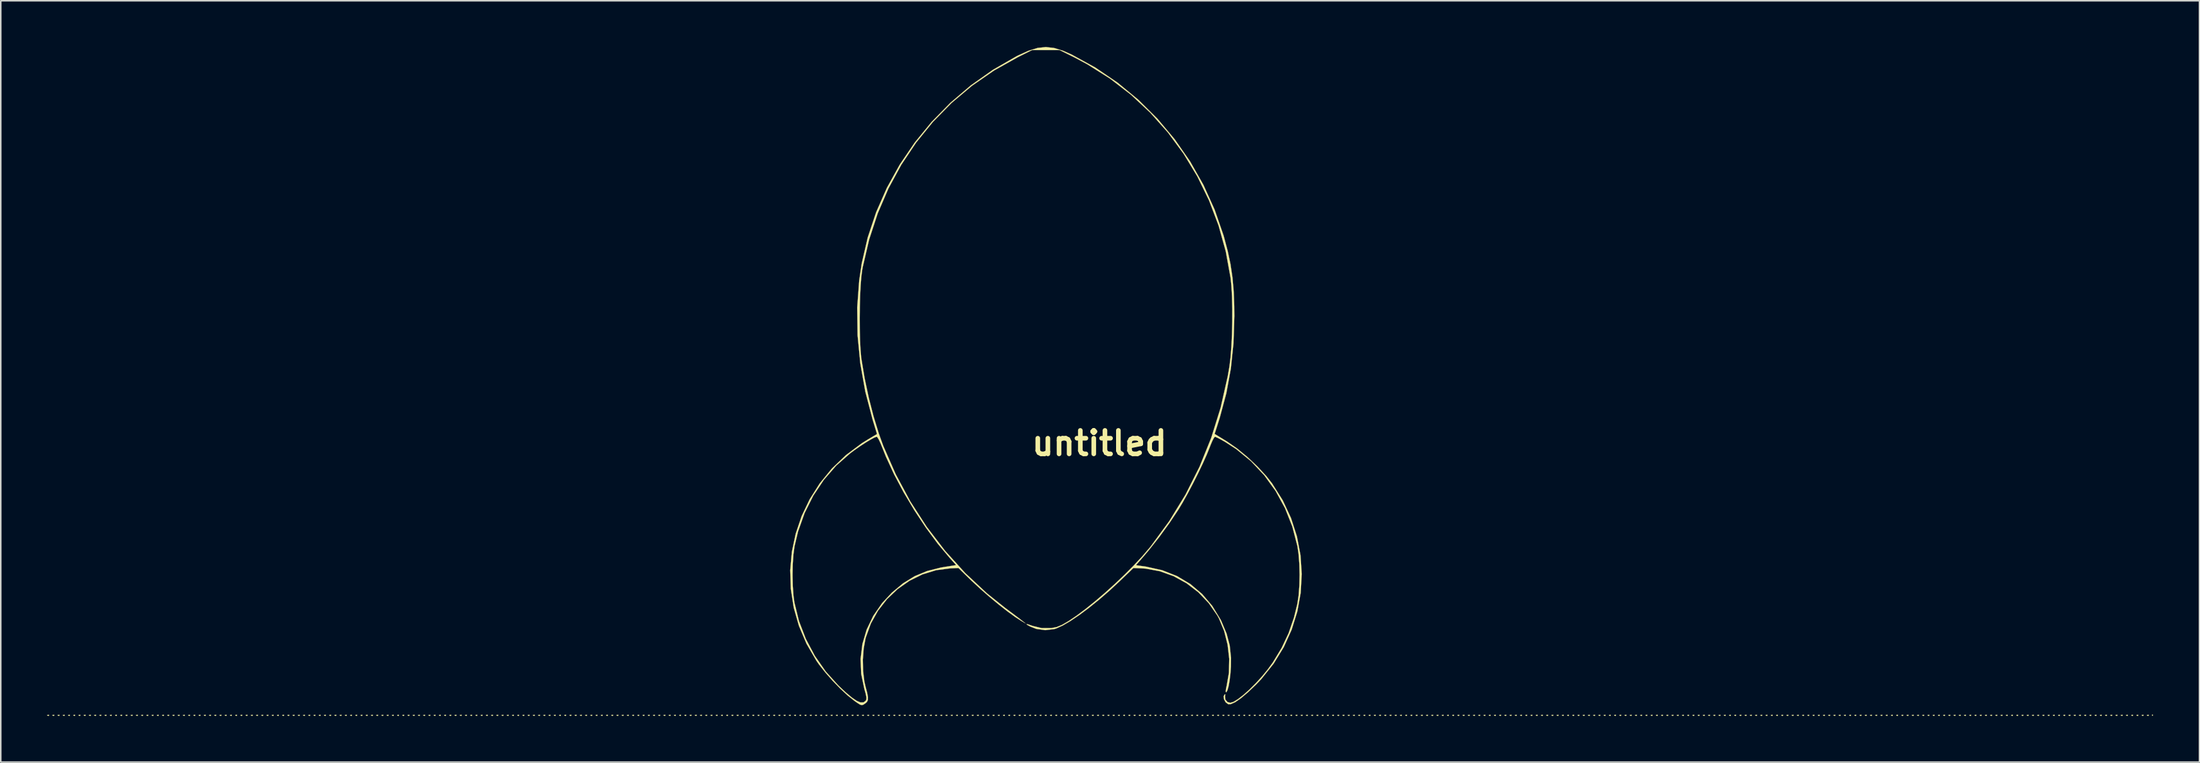
<source format=kicad_pcb>
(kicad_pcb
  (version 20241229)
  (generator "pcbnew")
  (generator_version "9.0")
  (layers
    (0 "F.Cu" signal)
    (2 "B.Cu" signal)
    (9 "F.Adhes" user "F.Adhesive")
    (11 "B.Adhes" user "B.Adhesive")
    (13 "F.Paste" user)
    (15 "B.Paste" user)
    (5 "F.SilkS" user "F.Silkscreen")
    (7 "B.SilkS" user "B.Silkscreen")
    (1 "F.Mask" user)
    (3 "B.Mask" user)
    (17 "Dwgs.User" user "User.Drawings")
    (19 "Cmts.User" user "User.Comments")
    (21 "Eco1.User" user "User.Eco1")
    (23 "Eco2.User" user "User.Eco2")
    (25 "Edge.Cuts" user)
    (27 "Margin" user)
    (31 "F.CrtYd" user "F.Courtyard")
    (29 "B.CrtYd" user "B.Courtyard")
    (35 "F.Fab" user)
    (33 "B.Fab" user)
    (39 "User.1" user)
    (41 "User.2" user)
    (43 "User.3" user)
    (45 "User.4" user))
  (footprint "untitled"
    (layer "F.Cu")
    (at 68.231 25.727)
    (property "Reference" "untitled" (at 0 0 0) (layer "F.SilkS") (effects (font (size 1.524 1.524) (thickness 0.3))))
    (attr through_hole)
    (fp_poly (pts (xy 68.326 17.653) (xy 68.284 17.695) (xy 68.241 17.653) (xy 68.284 17.611) (xy 68.326 17.653)) (stroke (width 0.01) (type solid)) (fill yes) (layer "F.SilkS"))
    (fp_poly (pts (xy -68.1 17.639) (xy -68.112 17.689) (xy -68.157 17.695) (xy -68.226 17.664) (xy -68.213 17.639) (xy -68.113 17.629) (xy -68.1 17.639)) (stroke (width 0.01) (type solid)) (fill yes) (layer "F.SilkS"))
    (fp_poly (pts (xy -67.762 17.639) (xy -67.773 17.689) (xy -67.818 17.695) (xy -67.888 17.664) (xy -67.874 17.639) (xy -67.774 17.629) (xy -67.762 17.639)) (stroke (width 0.01) (type solid)) (fill yes) (layer "F.SilkS"))
    (fp_poly (pts (xy -67.423 17.639) (xy -67.435 17.689) (xy -67.479 17.695) (xy -67.549 17.664) (xy -67.536 17.639) (xy -67.435 17.629) (xy -67.423 17.639)) (stroke (width 0.01) (type solid)) (fill yes) (layer "F.SilkS"))
    (fp_poly (pts (xy -67.084 17.639) (xy -67.096 17.689) (xy -67.141 17.695) (xy -67.21 17.664) (xy -67.197 17.639) (xy -67.097 17.629) (xy -67.084 17.639)) (stroke (width 0.01) (type solid)) (fill yes) (layer "F.SilkS"))
    (fp_poly (pts (xy -66.746 17.639) (xy -66.757 17.689) (xy -66.802 17.695) (xy -66.872 17.664) (xy -66.858 17.639) (xy -66.758 17.629) (xy -66.746 17.639)) (stroke (width 0.01) (type solid)) (fill yes) (layer "F.SilkS"))
    (fp_poly (pts (xy -66.407 17.639) (xy -66.419 17.689) (xy -66.463 17.695) (xy -66.533 17.664) (xy -66.52 17.639) (xy -66.419 17.629) (xy -66.407 17.639)) (stroke (width 0.01) (type solid)) (fill yes) (layer "F.SilkS"))
    (fp_poly (pts (xy -66.068 17.639) (xy -66.08 17.689) (xy -66.125 17.695) (xy -66.194 17.664) (xy -66.181 17.639) (xy -66.081 17.629) (xy -66.068 17.639)) (stroke (width 0.01) (type solid)) (fill yes) (layer "F.SilkS"))
    (fp_poly (pts (xy -65.73 17.639) (xy -65.741 17.689) (xy -65.786 17.695) (xy -65.856 17.664) (xy -65.842 17.639) (xy -65.742 17.629) (xy -65.73 17.639)) (stroke (width 0.01) (type solid)) (fill yes) (layer "F.SilkS"))
    (fp_poly (pts (xy -65.391 17.639) (xy -65.403 17.689) (xy -65.447 17.695) (xy -65.517 17.664) (xy -65.504 17.639) (xy -65.403 17.629) (xy -65.391 17.639)) (stroke (width 0.01) (type solid)) (fill yes) (layer "F.SilkS"))
    (fp_poly (pts (xy -65.052 17.639) (xy -65.064 17.689) (xy -65.109 17.695) (xy -65.178 17.664) (xy -65.165 17.639) (xy -65.065 17.629) (xy -65.052 17.639)) (stroke (width 0.01) (type solid)) (fill yes) (layer "F.SilkS"))
    (fp_poly (pts (xy -64.714 17.639) (xy -64.725 17.689) (xy -64.77 17.695) (xy -64.84 17.664) (xy -64.826 17.639) (xy -64.726 17.629) (xy -64.714 17.639)) (stroke (width 0.01) (type solid)) (fill yes) (layer "F.SilkS"))
    (fp_poly (pts (xy -64.375 17.639) (xy -64.387 17.689) (xy -64.431 17.695) (xy -64.501 17.664) (xy -64.488 17.639) (xy -64.387 17.629) (xy -64.375 17.639)) (stroke (width 0.01) (type solid)) (fill yes) (layer "F.SilkS"))
    (fp_poly (pts (xy -64.036 17.639) (xy -64.048 17.689) (xy -64.093 17.695) (xy -64.162 17.664) (xy -64.149 17.639) (xy -64.049 17.629) (xy -64.036 17.639)) (stroke (width 0.01) (type solid)) (fill yes) (layer "F.SilkS"))
    (fp_poly (pts (xy -63.698 17.639) (xy -63.709 17.689) (xy -63.754 17.695) (xy -63.824 17.664) (xy -63.81 17.639) (xy -63.71 17.629) (xy -63.698 17.639)) (stroke (width 0.01) (type solid)) (fill yes) (layer "F.SilkS"))
    (fp_poly (pts (xy -63.359 17.639) (xy -63.371 17.689) (xy -63.415 17.695) (xy -63.485 17.664) (xy -63.472 17.639) (xy -63.371 17.629) (xy -63.359 17.639)) (stroke (width 0.01) (type solid)) (fill yes) (layer "F.SilkS"))
    (fp_poly (pts (xy -63.02 17.639) (xy -63.032 17.689) (xy -63.077 17.695) (xy -63.146 17.664) (xy -63.133 17.639) (xy -63.033 17.629) (xy -63.02 17.639)) (stroke (width 0.01) (type solid)) (fill yes) (layer "F.SilkS"))
    (fp_poly (pts (xy -62.682 17.639) (xy -62.693 17.689) (xy -62.738 17.695) (xy -62.808 17.664) (xy -62.794 17.639) (xy -62.694 17.629) (xy -62.682 17.639)) (stroke (width 0.01) (type solid)) (fill yes) (layer "F.SilkS"))
    (fp_poly (pts (xy -62.343 17.639) (xy -62.355 17.689) (xy -62.399 17.695) (xy -62.469 17.664) (xy -62.456 17.639) (xy -62.355 17.629) (xy -62.343 17.639)) (stroke (width 0.01) (type solid)) (fill yes) (layer "F.SilkS"))
    (fp_poly (pts (xy -62.004 17.639) (xy -62.016 17.689) (xy -62.061 17.695) (xy -62.13 17.664) (xy -62.117 17.639) (xy -62.017 17.629) (xy -62.004 17.639)) (stroke (width 0.01) (type solid)) (fill yes) (layer "F.SilkS"))
    (fp_poly (pts (xy -61.666 17.639) (xy -61.677 17.689) (xy -61.722 17.695) (xy -61.792 17.664) (xy -61.778 17.639) (xy -61.678 17.629) (xy -61.666 17.639)) (stroke (width 0.01) (type solid)) (fill yes) (layer "F.SilkS"))
    (fp_poly (pts (xy -61.327 17.639) (xy -61.339 17.689) (xy -61.383 17.695) (xy -61.453 17.664) (xy -61.44 17.639) (xy -61.339 17.629) (xy -61.327 17.639)) (stroke (width 0.01) (type solid)) (fill yes) (layer "F.SilkS"))
    (fp_poly (pts (xy -60.988 17.639) (xy -61 17.689) (xy -61.045 17.695) (xy -61.114 17.664) (xy -61.101 17.639) (xy -61.001 17.629) (xy -60.988 17.639)) (stroke (width 0.01) (type solid)) (fill yes) (layer "F.SilkS"))
    (fp_poly (pts (xy -60.65 17.639) (xy -60.661 17.689) (xy -60.706 17.695) (xy -60.776 17.664) (xy -60.762 17.639) (xy -60.662 17.629) (xy -60.65 17.639)) (stroke (width 0.01) (type solid)) (fill yes) (layer "F.SilkS"))
    (fp_poly (pts (xy -60.311 17.639) (xy -60.323 17.689) (xy -60.367 17.695) (xy -60.437 17.664) (xy -60.424 17.639) (xy -60.323 17.629) (xy -60.311 17.639)) (stroke (width 0.01) (type solid)) (fill yes) (layer "F.SilkS"))
    (fp_poly (pts (xy -59.972 17.639) (xy -59.984 17.689) (xy -60.029 17.695) (xy -60.098 17.664) (xy -60.085 17.639) (xy -59.985 17.629) (xy -59.972 17.639)) (stroke (width 0.01) (type solid)) (fill yes) (layer "F.SilkS"))
    (fp_poly (pts (xy -59.634 17.639) (xy -59.645 17.689) (xy -59.69 17.695) (xy -59.76 17.664) (xy -59.746 17.639) (xy -59.646 17.629) (xy -59.634 17.639)) (stroke (width 0.01) (type solid)) (fill yes) (layer "F.SilkS"))
    (fp_poly (pts (xy -59.295 17.639) (xy -59.307 17.689) (xy -59.351 17.695) (xy -59.421 17.664) (xy -59.408 17.639) (xy -59.307 17.629) (xy -59.295 17.639)) (stroke (width 0.01) (type solid)) (fill yes) (layer "F.SilkS"))
    (fp_poly (pts (xy -58.956 17.639) (xy -58.968 17.689) (xy -59.013 17.695) (xy -59.082 17.664) (xy -59.069 17.639) (xy -58.969 17.629) (xy -58.956 17.639)) (stroke (width 0.01) (type solid)) (fill yes) (layer "F.SilkS"))
    (fp_poly (pts (xy -58.618 17.639) (xy -58.629 17.689) (xy -58.674 17.695) (xy -58.744 17.664) (xy -58.73 17.639) (xy -58.63 17.629) (xy -58.618 17.639)) (stroke (width 0.01) (type solid)) (fill yes) (layer "F.SilkS"))
    (fp_poly (pts (xy -58.279 17.639) (xy -58.291 17.689) (xy -58.335 17.695) (xy -58.405 17.664) (xy -58.392 17.639) (xy -58.291 17.629) (xy -58.279 17.639)) (stroke (width 0.01) (type solid)) (fill yes) (layer "F.SilkS"))
    (fp_poly (pts (xy -57.94 17.639) (xy -57.952 17.689) (xy -57.997 17.695) (xy -58.066 17.664) (xy -58.053 17.639) (xy -57.953 17.629) (xy -57.94 17.639)) (stroke (width 0.01) (type solid)) (fill yes) (layer "F.SilkS"))
    (fp_poly (pts (xy -57.602 17.639) (xy -57.613 17.689) (xy -57.658 17.695) (xy -57.728 17.664) (xy -57.714 17.639) (xy -57.614 17.629) (xy -57.602 17.639)) (stroke (width 0.01) (type solid)) (fill yes) (layer "F.SilkS"))
    (fp_poly (pts (xy -57.263 17.639) (xy -57.275 17.689) (xy -57.319 17.695) (xy -57.389 17.664) (xy -57.376 17.639) (xy -57.275 17.629) (xy -57.263 17.639)) (stroke (width 0.01) (type solid)) (fill yes) (layer "F.SilkS"))
    (fp_poly (pts (xy -56.924 17.639) (xy -56.936 17.689) (xy -56.981 17.695) (xy -57.05 17.664) (xy -57.037 17.639) (xy -56.937 17.629) (xy -56.924 17.639)) (stroke (width 0.01) (type solid)) (fill yes) (layer "F.SilkS"))
    (fp_poly (pts (xy -56.586 17.639) (xy -56.597 17.689) (xy -56.642 17.695) (xy -56.712 17.664) (xy -56.698 17.639) (xy -56.598 17.629) (xy -56.586 17.639)) (stroke (width 0.01) (type solid)) (fill yes) (layer "F.SilkS"))
    (fp_poly (pts (xy -56.247 17.639) (xy -56.259 17.689) (xy -56.303 17.695) (xy -56.373 17.664) (xy -56.36 17.639) (xy -56.259 17.629) (xy -56.247 17.639)) (stroke (width 0.01) (type solid)) (fill yes) (layer "F.SilkS"))
    (fp_poly (pts (xy -55.908 17.639) (xy -55.92 17.689) (xy -55.965 17.695) (xy -56.034 17.664) (xy -56.021 17.639) (xy -55.921 17.629) (xy -55.908 17.639)) (stroke (width 0.01) (type solid)) (fill yes) (layer "F.SilkS"))
    (fp_poly (pts (xy -55.57 17.639) (xy -55.581 17.689) (xy -55.626 17.695) (xy -55.696 17.664) (xy -55.682 17.639) (xy -55.582 17.629) (xy -55.57 17.639)) (stroke (width 0.01) (type solid)) (fill yes) (layer "F.SilkS"))
    (fp_poly (pts (xy -55.231 17.639) (xy -55.243 17.689) (xy -55.287 17.695) (xy -55.357 17.664) (xy -55.344 17.639) (xy -55.243 17.629) (xy -55.231 17.639)) (stroke (width 0.01) (type solid)) (fill yes) (layer "F.SilkS"))
    (fp_poly (pts (xy -54.892 17.639) (xy -54.904 17.689) (xy -54.949 17.695) (xy -55.018 17.664) (xy -55.005 17.639) (xy -54.905 17.629) (xy -54.892 17.639)) (stroke (width 0.01) (type solid)) (fill yes) (layer "F.SilkS"))
    (fp_poly (pts (xy -54.554 17.639) (xy -54.565 17.689) (xy -54.61 17.695) (xy -54.68 17.664) (xy -54.666 17.639) (xy -54.566 17.629) (xy -54.554 17.639)) (stroke (width 0.01) (type solid)) (fill yes) (layer "F.SilkS"))
    (fp_poly (pts (xy -54.215 17.639) (xy -54.227 17.689) (xy -54.271 17.695) (xy -54.341 17.664) (xy -54.328 17.639) (xy -54.227 17.629) (xy -54.215 17.639)) (stroke (width 0.01) (type solid)) (fill yes) (layer "F.SilkS"))
    (fp_poly (pts (xy -53.876 17.639) (xy -53.888 17.689) (xy -53.933 17.695) (xy -54.002 17.664) (xy -53.989 17.639) (xy -53.889 17.629) (xy -53.876 17.639)) (stroke (width 0.01) (type solid)) (fill yes) (layer "F.SilkS"))
    (fp_poly (pts (xy -53.538 17.639) (xy -53.549 17.689) (xy -53.594 17.695) (xy -53.664 17.664) (xy -53.65 17.639) (xy -53.55 17.629) (xy -53.538 17.639)) (stroke (width 0.01) (type solid)) (fill yes) (layer "F.SilkS"))
    (fp_poly (pts (xy -53.199 17.639) (xy -53.211 17.689) (xy -53.255 17.695) (xy -53.325 17.664) (xy -53.312 17.639) (xy -53.211 17.629) (xy -53.199 17.639)) (stroke (width 0.01) (type solid)) (fill yes) (layer "F.SilkS"))
    (fp_poly (pts (xy -52.86 17.639) (xy -52.872 17.689) (xy -52.917 17.695) (xy -52.986 17.664) (xy -52.973 17.639) (xy -52.873 17.629) (xy -52.86 17.639)) (stroke (width 0.01) (type solid)) (fill yes) (layer "F.SilkS"))
    (fp_poly (pts (xy -52.522 17.639) (xy -52.533 17.689) (xy -52.578 17.695) (xy -52.648 17.664) (xy -52.634 17.639) (xy -52.534 17.629) (xy -52.522 17.639)) (stroke (width 0.01) (type solid)) (fill yes) (layer "F.SilkS"))
    (fp_poly (pts (xy -52.183 17.639) (xy -52.195 17.689) (xy -52.239 17.695) (xy -52.309 17.664) (xy -52.296 17.639) (xy -52.195 17.629) (xy -52.183 17.639)) (stroke (width 0.01) (type solid)) (fill yes) (layer "F.SilkS"))
    (fp_poly (pts (xy -51.844 17.639) (xy -51.856 17.689) (xy -51.901 17.695) (xy -51.97 17.664) (xy -51.957 17.639) (xy -51.857 17.629) (xy -51.844 17.639)) (stroke (width 0.01) (type solid)) (fill yes) (layer "F.SilkS"))
    (fp_poly (pts (xy -51.506 17.639) (xy -51.517 17.689) (xy -51.562 17.695) (xy -51.632 17.664) (xy -51.618 17.639) (xy -51.518 17.629) (xy -51.506 17.639)) (stroke (width 0.01) (type solid)) (fill yes) (layer "F.SilkS"))
    (fp_poly (pts (xy -51.167 17.639) (xy -51.179 17.689) (xy -51.223 17.695) (xy -51.293 17.664) (xy -51.28 17.639) (xy -51.179 17.629) (xy -51.167 17.639)) (stroke (width 0.01) (type solid)) (fill yes) (layer "F.SilkS"))
    (fp_poly (pts (xy -50.828 17.639) (xy -50.84 17.689) (xy -50.885 17.695) (xy -50.954 17.664) (xy -50.941 17.639) (xy -50.841 17.629) (xy -50.828 17.639)) (stroke (width 0.01) (type solid)) (fill yes) (layer "F.SilkS"))
    (fp_poly (pts (xy -50.49 17.639) (xy -50.501 17.689) (xy -50.546 17.695) (xy -50.616 17.664) (xy -50.602 17.639) (xy -50.502 17.629) (xy -50.49 17.639)) (stroke (width 0.01) (type solid)) (fill yes) (layer "F.SilkS"))
    (fp_poly (pts (xy -50.151 17.639) (xy -50.163 17.689) (xy -50.207 17.695) (xy -50.277 17.664) (xy -50.264 17.639) (xy -50.163 17.629) (xy -50.151 17.639)) (stroke (width 0.01) (type solid)) (fill yes) (layer "F.SilkS"))
    (fp_poly (pts (xy -49.812 17.639) (xy -49.824 17.689) (xy -49.869 17.695) (xy -49.938 17.664) (xy -49.925 17.639) (xy -49.825 17.629) (xy -49.812 17.639)) (stroke (width 0.01) (type solid)) (fill yes) (layer "F.SilkS"))
    (fp_poly (pts (xy -49.474 17.639) (xy -49.485 17.689) (xy -49.53 17.695) (xy -49.6 17.664) (xy -49.586 17.639) (xy -49.486 17.629) (xy -49.474 17.639)) (stroke (width 0.01) (type solid)) (fill yes) (layer "F.SilkS"))
    (fp_poly (pts (xy -49.135 17.639) (xy -49.147 17.689) (xy -49.191 17.695) (xy -49.261 17.664) (xy -49.248 17.639) (xy -49.147 17.629) (xy -49.135 17.639)) (stroke (width 0.01) (type solid)) (fill yes) (layer "F.SilkS"))
    (fp_poly (pts (xy -48.796 17.639) (xy -48.808 17.689) (xy -48.853 17.695) (xy -48.922 17.664) (xy -48.909 17.639) (xy -48.809 17.629) (xy -48.796 17.639)) (stroke (width 0.01) (type solid)) (fill yes) (layer "F.SilkS"))
    (fp_poly (pts (xy -48.458 17.639) (xy -48.469 17.689) (xy -48.514 17.695) (xy -48.584 17.664) (xy -48.57 17.639) (xy -48.47 17.629) (xy -48.458 17.639)) (stroke (width 0.01) (type solid)) (fill yes) (layer "F.SilkS"))
    (fp_poly (pts (xy -48.119 17.639) (xy -48.131 17.689) (xy -48.175 17.695) (xy -48.245 17.664) (xy -48.232 17.639) (xy -48.131 17.629) (xy -48.119 17.639)) (stroke (width 0.01) (type solid)) (fill yes) (layer "F.SilkS"))
    (fp_poly (pts (xy -47.78 17.639) (xy -47.792 17.689) (xy -47.837 17.695) (xy -47.906 17.664) (xy -47.893 17.639) (xy -47.793 17.629) (xy -47.78 17.639)) (stroke (width 0.01) (type solid)) (fill yes) (layer "F.SilkS"))
    (fp_poly (pts (xy -47.442 17.639) (xy -47.453 17.689) (xy -47.498 17.695) (xy -47.568 17.664) (xy -47.554 17.639) (xy -47.454 17.629) (xy -47.442 17.639)) (stroke (width 0.01) (type solid)) (fill yes) (layer "F.SilkS"))
    (fp_poly (pts (xy -47.103 17.639) (xy -47.115 17.689) (xy -47.159 17.695) (xy -47.229 17.664) (xy -47.216 17.639) (xy -47.115 17.629) (xy -47.103 17.639)) (stroke (width 0.01) (type solid)) (fill yes) (layer "F.SilkS"))
    (fp_poly (pts (xy -46.764 17.639) (xy -46.776 17.689) (xy -46.821 17.695) (xy -46.89 17.664) (xy -46.877 17.639) (xy -46.777 17.629) (xy -46.764 17.639)) (stroke (width 0.01) (type solid)) (fill yes) (layer "F.SilkS"))
    (fp_poly (pts (xy -46.426 17.639) (xy -46.437 17.689) (xy -46.482 17.695) (xy -46.552 17.664) (xy -46.538 17.639) (xy -46.438 17.629) (xy -46.426 17.639)) (stroke (width 0.01) (type solid)) (fill yes) (layer "F.SilkS"))
    (fp_poly (pts (xy -46.087 17.639) (xy -46.099 17.689) (xy -46.143 17.695) (xy -46.213 17.664) (xy -46.2 17.639) (xy -46.099 17.629) (xy -46.087 17.639)) (stroke (width 0.01) (type solid)) (fill yes) (layer "F.SilkS"))
    (fp_poly (pts (xy -45.748 17.639) (xy -45.76 17.689) (xy -45.805 17.695) (xy -45.874 17.664) (xy -45.861 17.639) (xy -45.761 17.629) (xy -45.748 17.639)) (stroke (width 0.01) (type solid)) (fill yes) (layer "F.SilkS"))
    (fp_poly (pts (xy -45.41 17.639) (xy -45.421 17.689) (xy -45.466 17.695) (xy -45.536 17.664) (xy -45.522 17.639) (xy -45.422 17.629) (xy -45.41 17.639)) (stroke (width 0.01) (type solid)) (fill yes) (layer "F.SilkS"))
    (fp_poly (pts (xy -45.071 17.639) (xy -45.083 17.689) (xy -45.127 17.695) (xy -45.197 17.664) (xy -45.184 17.639) (xy -45.083 17.629) (xy -45.071 17.639)) (stroke (width 0.01) (type solid)) (fill yes) (layer "F.SilkS"))
    (fp_poly (pts (xy -44.732 17.639) (xy -44.744 17.689) (xy -44.789 17.695) (xy -44.858 17.664) (xy -44.845 17.639) (xy -44.745 17.629) (xy -44.732 17.639)) (stroke (width 0.01) (type solid)) (fill yes) (layer "F.SilkS"))
    (fp_poly (pts (xy -44.394 17.639) (xy -44.405 17.689) (xy -44.45 17.695) (xy -44.52 17.664) (xy -44.506 17.639) (xy -44.406 17.629) (xy -44.394 17.639)) (stroke (width 0.01) (type solid)) (fill yes) (layer "F.SilkS"))
    (fp_poly (pts (xy -44.055 17.639) (xy -44.067 17.689) (xy -44.111 17.695) (xy -44.181 17.664) (xy -44.168 17.639) (xy -44.067 17.629) (xy -44.055 17.639)) (stroke (width 0.01) (type solid)) (fill yes) (layer "F.SilkS"))
    (fp_poly (pts (xy -43.716 17.639) (xy -43.728 17.689) (xy -43.773 17.695) (xy -43.842 17.664) (xy -43.829 17.639) (xy -43.729 17.629) (xy -43.716 17.639)) (stroke (width 0.01) (type solid)) (fill yes) (layer "F.SilkS"))
    (fp_poly (pts (xy -43.378 17.639) (xy -43.389 17.689) (xy -43.434 17.695) (xy -43.504 17.664) (xy -43.49 17.639) (xy -43.39 17.629) (xy -43.378 17.639)) (stroke (width 0.01) (type solid)) (fill yes) (layer "F.SilkS"))
    (fp_poly (pts (xy -43.039 17.639) (xy -43.051 17.689) (xy -43.095 17.695) (xy -43.165 17.664) (xy -43.152 17.639) (xy -43.051 17.629) (xy -43.039 17.639)) (stroke (width 0.01) (type solid)) (fill yes) (layer "F.SilkS"))
    (fp_poly (pts (xy -42.7 17.639) (xy -42.712 17.689) (xy -42.757 17.695) (xy -42.826 17.664) (xy -42.813 17.639) (xy -42.713 17.629) (xy -42.7 17.639)) (stroke (width 0.01) (type solid)) (fill yes) (layer "F.SilkS"))
    (fp_poly (pts (xy -42.362 17.639) (xy -42.373 17.689) (xy -42.418 17.695) (xy -42.488 17.664) (xy -42.474 17.639) (xy -42.374 17.629) (xy -42.362 17.639)) (stroke (width 0.01) (type solid)) (fill yes) (layer "F.SilkS"))
    (fp_poly (pts (xy -42.023 17.639) (xy -42.035 17.689) (xy -42.079 17.695) (xy -42.149 17.664) (xy -42.136 17.639) (xy -42.035 17.629) (xy -42.023 17.639)) (stroke (width 0.01) (type solid)) (fill yes) (layer "F.SilkS"))
    (fp_poly (pts (xy -41.684 17.639) (xy -41.696 17.689) (xy -41.741 17.695) (xy -41.81 17.664) (xy -41.797 17.639) (xy -41.697 17.629) (xy -41.684 17.639)) (stroke (width 0.01) (type solid)) (fill yes) (layer "F.SilkS"))
    (fp_poly (pts (xy -41.346 17.639) (xy -41.357 17.689) (xy -41.402 17.695) (xy -41.472 17.664) (xy -41.458 17.639) (xy -41.358 17.629) (xy -41.346 17.639)) (stroke (width 0.01) (type solid)) (fill yes) (layer "F.SilkS"))
    (fp_poly (pts (xy -41.007 17.639) (xy -41.019 17.689) (xy -41.063 17.695) (xy -41.133 17.664) (xy -41.12 17.639) (xy -41.019 17.629) (xy -41.007 17.639)) (stroke (width 0.01) (type solid)) (fill yes) (layer "F.SilkS"))
    (fp_poly (pts (xy -40.668 17.639) (xy -40.68 17.689) (xy -40.725 17.695) (xy -40.794 17.664) (xy -40.781 17.639) (xy -40.681 17.629) (xy -40.668 17.639)) (stroke (width 0.01) (type solid)) (fill yes) (layer "F.SilkS"))
    (fp_poly (pts (xy -40.33 17.639) (xy -40.341 17.689) (xy -40.386 17.695) (xy -40.456 17.664) (xy -40.442 17.639) (xy -40.342 17.629) (xy -40.33 17.639)) (stroke (width 0.01) (type solid)) (fill yes) (layer "F.SilkS"))
    (fp_poly (pts (xy -39.991 17.639) (xy -40.003 17.689) (xy -40.047 17.695) (xy -40.117 17.664) (xy -40.104 17.639) (xy -40.003 17.629) (xy -39.991 17.639)) (stroke (width 0.01) (type solid)) (fill yes) (layer "F.SilkS"))
    (fp_poly (pts (xy -39.652 17.639) (xy -39.664 17.689) (xy -39.709 17.695) (xy -39.778 17.664) (xy -39.765 17.639) (xy -39.665 17.629) (xy -39.652 17.639)) (stroke (width 0.01) (type solid)) (fill yes) (layer "F.SilkS"))
    (fp_poly (pts (xy -39.314 17.639) (xy -39.325 17.689) (xy -39.37 17.695) (xy -39.44 17.664) (xy -39.426 17.639) (xy -39.326 17.629) (xy -39.314 17.639)) (stroke (width 0.01) (type solid)) (fill yes) (layer "F.SilkS"))
    (fp_poly (pts (xy -38.975 17.639) (xy -38.987 17.689) (xy -39.031 17.695) (xy -39.101 17.664) (xy -39.088 17.639) (xy -38.987 17.629) (xy -38.975 17.639)) (stroke (width 0.01) (type solid)) (fill yes) (layer "F.SilkS"))
    (fp_poly (pts (xy -38.636 17.639) (xy -38.648 17.689) (xy -38.693 17.695) (xy -38.762 17.664) (xy -38.749 17.639) (xy -38.649 17.629) (xy -38.636 17.639)) (stroke (width 0.01) (type solid)) (fill yes) (layer "F.SilkS"))
    (fp_poly (pts (xy -38.298 17.639) (xy -38.309 17.689) (xy -38.354 17.695) (xy -38.424 17.664) (xy -38.41 17.639) (xy -38.31 17.629) (xy -38.298 17.639)) (stroke (width 0.01) (type solid)) (fill yes) (layer "F.SilkS"))
    (fp_poly (pts (xy -37.959 17.639) (xy -37.971 17.689) (xy -38.015 17.695) (xy -38.085 17.664) (xy -38.072 17.639) (xy -37.971 17.629) (xy -37.959 17.639)) (stroke (width 0.01) (type solid)) (fill yes) (layer "F.SilkS"))
    (fp_poly (pts (xy -37.62 17.639) (xy -37.632 17.689) (xy -37.677 17.695) (xy -37.746 17.664) (xy -37.733 17.639) (xy -37.633 17.629) (xy -37.62 17.639)) (stroke (width 0.01) (type solid)) (fill yes) (layer "F.SilkS"))
    (fp_poly (pts (xy -37.282 17.639) (xy -37.293 17.689) (xy -37.338 17.695) (xy -37.408 17.664) (xy -37.394 17.639) (xy -37.294 17.629) (xy -37.282 17.639)) (stroke (width 0.01) (type solid)) (fill yes) (layer "F.SilkS"))
    (fp_poly (pts (xy -36.943 17.639) (xy -36.955 17.689) (xy -36.999 17.695) (xy -37.069 17.664) (xy -37.056 17.639) (xy -36.955 17.629) (xy -36.943 17.639)) (stroke (width 0.01) (type solid)) (fill yes) (layer "F.SilkS"))
    (fp_poly (pts (xy -36.604 17.639) (xy -36.616 17.689) (xy -36.661 17.695) (xy -36.73 17.664) (xy -36.717 17.639) (xy -36.617 17.629) (xy -36.604 17.639)) (stroke (width 0.01) (type solid)) (fill yes) (layer "F.SilkS"))
    (fp_poly (pts (xy -36.266 17.639) (xy -36.277 17.689) (xy -36.322 17.695) (xy -36.392 17.664) (xy -36.378 17.639) (xy -36.278 17.629) (xy -36.266 17.639)) (stroke (width 0.01) (type solid)) (fill yes) (layer "F.SilkS"))
    (fp_poly (pts (xy -35.927 17.639) (xy -35.939 17.689) (xy -35.983 17.695) (xy -36.053 17.664) (xy -36.04 17.639) (xy -35.939 17.629) (xy -35.927 17.639)) (stroke (width 0.01) (type solid)) (fill yes) (layer "F.SilkS"))
    (fp_poly (pts (xy -35.588 17.639) (xy -35.6 17.689) (xy -35.645 17.695) (xy -35.714 17.664) (xy -35.701 17.639) (xy -35.601 17.629) (xy -35.588 17.639)) (stroke (width 0.01) (type solid)) (fill yes) (layer "F.SilkS"))
    (fp_poly (pts (xy -35.25 17.639) (xy -35.261 17.689) (xy -35.306 17.695) (xy -35.376 17.664) (xy -35.362 17.639) (xy -35.262 17.629) (xy -35.25 17.639)) (stroke (width 0.01) (type solid)) (fill yes) (layer "F.SilkS"))
    (fp_poly (pts (xy -34.911 17.639) (xy -34.923 17.689) (xy -34.967 17.695) (xy -35.037 17.664) (xy -35.024 17.639) (xy -34.923 17.629) (xy -34.911 17.639)) (stroke (width 0.01) (type solid)) (fill yes) (layer "F.SilkS"))
    (fp_poly (pts (xy -34.572 17.639) (xy -34.584 17.689) (xy -34.629 17.695) (xy -34.698 17.664) (xy -34.685 17.639) (xy -34.585 17.629) (xy -34.572 17.639)) (stroke (width 0.01) (type solid)) (fill yes) (layer "F.SilkS"))
    (fp_poly (pts (xy -34.234 17.639) (xy -34.245 17.689) (xy -34.29 17.695) (xy -34.36 17.664) (xy -34.346 17.639) (xy -34.246 17.629) (xy -34.234 17.639)) (stroke (width 0.01) (type solid)) (fill yes) (layer "F.SilkS"))
    (fp_poly (pts (xy -33.895 17.639) (xy -33.907 17.689) (xy -33.951 17.695) (xy -34.021 17.664) (xy -34.008 17.639) (xy -33.907 17.629) (xy -33.895 17.639)) (stroke (width 0.01) (type solid)) (fill yes) (layer "F.SilkS"))
    (fp_poly (pts (xy -33.556 17.639) (xy -33.568 17.689) (xy -33.613 17.695) (xy -33.682 17.664) (xy -33.669 17.639) (xy -33.569 17.629) (xy -33.556 17.639)) (stroke (width 0.01) (type solid)) (fill yes) (layer "F.SilkS"))
    (fp_poly (pts (xy -33.218 17.639) (xy -33.229 17.689) (xy -33.274 17.695) (xy -33.344 17.664) (xy -33.33 17.639) (xy -33.23 17.629) (xy -33.218 17.639)) (stroke (width 0.01) (type solid)) (fill yes) (layer "F.SilkS"))
    (fp_poly (pts (xy -32.879 17.639) (xy -32.891 17.689) (xy -32.935 17.695) (xy -33.005 17.664) (xy -32.992 17.639) (xy -32.891 17.629) (xy -32.879 17.639)) (stroke (width 0.01) (type solid)) (fill yes) (layer "F.SilkS"))
    (fp_poly (pts (xy -32.54 17.639) (xy -32.552 17.689) (xy -32.597 17.695) (xy -32.666 17.664) (xy -32.653 17.639) (xy -32.553 17.629) (xy -32.54 17.639)) (stroke (width 0.01) (type solid)) (fill yes) (layer "F.SilkS"))
    (fp_poly (pts (xy -32.202 17.639) (xy -32.213 17.689) (xy -32.258 17.695) (xy -32.328 17.664) (xy -32.314 17.639) (xy -32.214 17.629) (xy -32.202 17.639)) (stroke (width 0.01) (type solid)) (fill yes) (layer "F.SilkS"))
    (fp_poly (pts (xy -31.863 17.639) (xy -31.875 17.689) (xy -31.919 17.695) (xy -31.989 17.664) (xy -31.976 17.639) (xy -31.875 17.629) (xy -31.863 17.639)) (stroke (width 0.01) (type solid)) (fill yes) (layer "F.SilkS"))
    (fp_poly (pts (xy -31.524 17.639) (xy -31.536 17.689) (xy -31.581 17.695) (xy -31.65 17.664) (xy -31.637 17.639) (xy -31.537 17.629) (xy -31.524 17.639)) (stroke (width 0.01) (type solid)) (fill yes) (layer "F.SilkS"))
    (fp_poly (pts (xy -31.186 17.639) (xy -31.197 17.689) (xy -31.242 17.695) (xy -31.312 17.664) (xy -31.298 17.639) (xy -31.198 17.629) (xy -31.186 17.639)) (stroke (width 0.01) (type solid)) (fill yes) (layer "F.SilkS"))
    (fp_poly (pts (xy -30.847 17.639) (xy -30.859 17.689) (xy -30.903 17.695) (xy -30.973 17.664) (xy -30.96 17.639) (xy -30.859 17.629) (xy -30.847 17.639)) (stroke (width 0.01) (type solid)) (fill yes) (layer "F.SilkS"))
    (fp_poly (pts (xy -30.508 17.639) (xy -30.52 17.689) (xy -30.565 17.695) (xy -30.634 17.664) (xy -30.621 17.639) (xy -30.521 17.629) (xy -30.508 17.639)) (stroke (width 0.01) (type solid)) (fill yes) (layer "F.SilkS"))
    (fp_poly (pts (xy -30.17 17.639) (xy -30.181 17.689) (xy -30.226 17.695) (xy -30.296 17.664) (xy -30.282 17.639) (xy -30.182 17.629) (xy -30.17 17.639)) (stroke (width 0.01) (type solid)) (fill yes) (layer "F.SilkS"))
    (fp_poly (pts (xy -29.831 17.639) (xy -29.843 17.689) (xy -29.887 17.695) (xy -29.957 17.664) (xy -29.944 17.639) (xy -29.843 17.629) (xy -29.831 17.639)) (stroke (width 0.01) (type solid)) (fill yes) (layer "F.SilkS"))
    (fp_poly (pts (xy -29.492 17.639) (xy -29.504 17.689) (xy -29.549 17.695) (xy -29.618 17.664) (xy -29.605 17.639) (xy -29.505 17.629) (xy -29.492 17.639)) (stroke (width 0.01) (type solid)) (fill yes) (layer "F.SilkS"))
    (fp_poly (pts (xy -29.154 17.639) (xy -29.165 17.689) (xy -29.21 17.695) (xy -29.28 17.664) (xy -29.266 17.639) (xy -29.166 17.629) (xy -29.154 17.639)) (stroke (width 0.01) (type solid)) (fill yes) (layer "F.SilkS"))
    (fp_poly (pts (xy -28.815 17.639) (xy -28.827 17.689) (xy -28.871 17.695) (xy -28.941 17.664) (xy -28.928 17.639) (xy -28.827 17.629) (xy -28.815 17.639)) (stroke (width 0.01) (type solid)) (fill yes) (layer "F.SilkS"))
    (fp_poly (pts (xy -28.476 17.639) (xy -28.488 17.689) (xy -28.533 17.695) (xy -28.602 17.664) (xy -28.589 17.639) (xy -28.489 17.629) (xy -28.476 17.639)) (stroke (width 0.01) (type solid)) (fill yes) (layer "F.SilkS"))
    (fp_poly (pts (xy -28.138 17.639) (xy -28.149 17.689) (xy -28.194 17.695) (xy -28.264 17.664) (xy -28.25 17.639) (xy -28.15 17.629) (xy -28.138 17.639)) (stroke (width 0.01) (type solid)) (fill yes) (layer "F.SilkS"))
    (fp_poly (pts (xy -27.799 17.639) (xy -27.811 17.689) (xy -27.855 17.695) (xy -27.925 17.664) (xy -27.912 17.639) (xy -27.811 17.629) (xy -27.799 17.639)) (stroke (width 0.01) (type solid)) (fill yes) (layer "F.SilkS"))
    (fp_poly (pts (xy -27.46 17.639) (xy -27.472 17.689) (xy -27.517 17.695) (xy -27.586 17.664) (xy -27.573 17.639) (xy -27.473 17.629) (xy -27.46 17.639)) (stroke (width 0.01) (type solid)) (fill yes) (layer "F.SilkS"))
    (fp_poly (pts (xy -27.122 17.639) (xy -27.133 17.689) (xy -27.178 17.695) (xy -27.248 17.664) (xy -27.234 17.639) (xy -27.134 17.629) (xy -27.122 17.639)) (stroke (width 0.01) (type solid)) (fill yes) (layer "F.SilkS"))
    (fp_poly (pts (xy -26.783 17.639) (xy -26.795 17.689) (xy -26.839 17.695) (xy -26.909 17.664) (xy -26.896 17.639) (xy -26.795 17.629) (xy -26.783 17.639)) (stroke (width 0.01) (type solid)) (fill yes) (layer "F.SilkS"))
    (fp_poly (pts (xy -26.444 17.639) (xy -26.456 17.689) (xy -26.501 17.695) (xy -26.57 17.664) (xy -26.557 17.639) (xy -26.457 17.629) (xy -26.444 17.639)) (stroke (width 0.01) (type solid)) (fill yes) (layer "F.SilkS"))
    (fp_poly (pts (xy -26.106 17.639) (xy -26.117 17.689) (xy -26.162 17.695) (xy -26.232 17.664) (xy -26.218 17.639) (xy -26.118 17.629) (xy -26.106 17.639)) (stroke (width 0.01) (type solid)) (fill yes) (layer "F.SilkS"))
    (fp_poly (pts (xy -25.767 17.639) (xy -25.779 17.689) (xy -25.823 17.695) (xy -25.893 17.664) (xy -25.88 17.639) (xy -25.779 17.629) (xy -25.767 17.639)) (stroke (width 0.01) (type solid)) (fill yes) (layer "F.SilkS"))
    (fp_poly (pts (xy -25.428 17.639) (xy -25.44 17.689) (xy -25.485 17.695) (xy -25.554 17.664) (xy -25.541 17.639) (xy -25.441 17.629) (xy -25.428 17.639)) (stroke (width 0.01) (type solid)) (fill yes) (layer "F.SilkS"))
    (fp_poly (pts (xy -25.09 17.639) (xy -25.101 17.689) (xy -25.146 17.695) (xy -25.216 17.664) (xy -25.202 17.639) (xy -25.102 17.629) (xy -25.09 17.639)) (stroke (width 0.01) (type solid)) (fill yes) (layer "F.SilkS"))
    (fp_poly (pts (xy -24.751 17.639) (xy -24.763 17.689) (xy -24.807 17.695) (xy -24.877 17.664) (xy -24.864 17.639) (xy -24.763 17.629) (xy -24.751 17.639)) (stroke (width 0.01) (type solid)) (fill yes) (layer "F.SilkS"))
    (fp_poly (pts (xy -24.412 17.639) (xy -24.424 17.689) (xy -24.469 17.695) (xy -24.538 17.664) (xy -24.525 17.639) (xy -24.425 17.629) (xy -24.412 17.639)) (stroke (width 0.01) (type solid)) (fill yes) (layer "F.SilkS"))
    (fp_poly (pts (xy -24.074 17.639) (xy -24.085 17.689) (xy -24.13 17.695) (xy -24.2 17.664) (xy -24.186 17.639) (xy -24.086 17.629) (xy -24.074 17.639)) (stroke (width 0.01) (type solid)) (fill yes) (layer "F.SilkS"))
    (fp_poly (pts (xy -23.735 17.639) (xy -23.747 17.689) (xy -23.791 17.695) (xy -23.861 17.664) (xy -23.848 17.639) (xy -23.747 17.629) (xy -23.735 17.639)) (stroke (width 0.01) (type solid)) (fill yes) (layer "F.SilkS"))
    (fp_poly (pts (xy -23.396 17.639) (xy -23.408 17.689) (xy -23.453 17.695) (xy -23.522 17.664) (xy -23.509 17.639) (xy -23.409 17.629) (xy -23.396 17.639)) (stroke (width 0.01) (type solid)) (fill yes) (layer "F.SilkS"))
    (fp_poly (pts (xy -23.058 17.639) (xy -23.069 17.689) (xy -23.114 17.695) (xy -23.184 17.664) (xy -23.17 17.639) (xy -23.07 17.629) (xy -23.058 17.639)) (stroke (width 0.01) (type solid)) (fill yes) (layer "F.SilkS"))
    (fp_poly (pts (xy -22.719 17.639) (xy -22.731 17.689) (xy -22.775 17.695) (xy -22.845 17.664) (xy -22.832 17.639) (xy -22.731 17.629) (xy -22.719 17.639)) (stroke (width 0.01) (type solid)) (fill yes) (layer "F.SilkS"))
    (fp_poly (pts (xy -22.38 17.639) (xy -22.392 17.689) (xy -22.437 17.695) (xy -22.506 17.664) (xy -22.493 17.639) (xy -22.393 17.629) (xy -22.38 17.639)) (stroke (width 0.01) (type solid)) (fill yes) (layer "F.SilkS"))
    (fp_poly (pts (xy -22.042 17.639) (xy -22.053 17.689) (xy -22.098 17.695) (xy -22.168 17.664) (xy -22.154 17.639) (xy -22.054 17.629) (xy -22.042 17.639)) (stroke (width 0.01) (type solid)) (fill yes) (layer "F.SilkS"))
    (fp_poly (pts (xy -21.703 17.639) (xy -21.715 17.689) (xy -21.759 17.695) (xy -21.829 17.664) (xy -21.816 17.639) (xy -21.715 17.629) (xy -21.703 17.639)) (stroke (width 0.01) (type solid)) (fill yes) (layer "F.SilkS"))
    (fp_poly (pts (xy -21.364 17.639) (xy -21.376 17.689) (xy -21.421 17.695) (xy -21.49 17.664) (xy -21.477 17.639) (xy -21.377 17.629) (xy -21.364 17.639)) (stroke (width 0.01) (type solid)) (fill yes) (layer "F.SilkS"))
    (fp_poly (pts (xy -21.026 17.639) (xy -21.037 17.689) (xy -21.082 17.695) (xy -21.152 17.664) (xy -21.138 17.639) (xy -21.038 17.629) (xy -21.026 17.639)) (stroke (width 0.01) (type solid)) (fill yes) (layer "F.SilkS"))
    (fp_poly (pts (xy -20.687 17.639) (xy -20.699 17.689) (xy -20.743 17.695) (xy -20.813 17.664) (xy -20.8 17.639) (xy -20.699 17.629) (xy -20.687 17.639)) (stroke (width 0.01) (type solid)) (fill yes) (layer "F.SilkS"))
    (fp_poly (pts (xy -20.348 17.639) (xy -20.36 17.689) (xy -20.405 17.695) (xy -20.474 17.664) (xy -20.461 17.639) (xy -20.361 17.629) (xy -20.348 17.639)) (stroke (width 0.01) (type solid)) (fill yes) (layer "F.SilkS"))
    (fp_poly (pts (xy -20.01 17.639) (xy -20.021 17.689) (xy -20.066 17.695) (xy -20.136 17.664) (xy -20.122 17.639) (xy -20.022 17.629) (xy -20.01 17.639)) (stroke (width 0.01) (type solid)) (fill yes) (layer "F.SilkS"))
    (fp_poly (pts (xy -19.671 17.639) (xy -19.683 17.689) (xy -19.727 17.695) (xy -19.797 17.664) (xy -19.784 17.639) (xy -19.683 17.629) (xy -19.671 17.639)) (stroke (width 0.01) (type solid)) (fill yes) (layer "F.SilkS"))
    (fp_poly (pts (xy -19.332 17.639) (xy -19.344 17.689) (xy -19.389 17.695) (xy -19.458 17.664) (xy -19.445 17.639) (xy -19.345 17.629) (xy -19.332 17.639)) (stroke (width 0.01) (type solid)) (fill yes) (layer "F.SilkS"))
    (fp_poly (pts (xy -18.994 17.639) (xy -19.005 17.689) (xy -19.05 17.695) (xy -19.12 17.664) (xy -19.106 17.639) (xy -19.006 17.629) (xy -18.994 17.639)) (stroke (width 0.01) (type solid)) (fill yes) (layer "F.SilkS"))
    (fp_poly (pts (xy -18.655 17.639) (xy -18.667 17.689) (xy -18.711 17.695) (xy -18.781 17.664) (xy -18.768 17.639) (xy -18.667 17.629) (xy -18.655 17.639)) (stroke (width 0.01) (type solid)) (fill yes) (layer "F.SilkS"))
    (fp_poly (pts (xy -18.316 17.639) (xy -18.328 17.689) (xy -18.373 17.695) (xy -18.442 17.664) (xy -18.429 17.639) (xy -18.329 17.629) (xy -18.316 17.639)) (stroke (width 0.01) (type solid)) (fill yes) (layer "F.SilkS"))
    (fp_poly (pts (xy -17.978 17.639) (xy -17.989 17.689) (xy -18.034 17.695) (xy -18.104 17.664) (xy -18.09 17.639) (xy -17.99 17.629) (xy -17.978 17.639)) (stroke (width 0.01) (type solid)) (fill yes) (layer "F.SilkS"))
    (fp_poly (pts (xy -17.639 17.639) (xy -17.651 17.689) (xy -17.695 17.695) (xy -17.765 17.664) (xy -17.752 17.639) (xy -17.651 17.629) (xy -17.639 17.639)) (stroke (width 0.01) (type solid)) (fill yes) (layer "F.SilkS"))
    (fp_poly (pts (xy -17.3 17.639) (xy -17.312 17.689) (xy -17.357 17.695) (xy -17.426 17.664) (xy -17.413 17.639) (xy -17.313 17.629) (xy -17.3 17.639)) (stroke (width 0.01) (type solid)) (fill yes) (layer "F.SilkS"))
    (fp_poly (pts (xy -16.962 17.639) (xy -16.973 17.689) (xy -17.018 17.695) (xy -17.088 17.664) (xy -17.074 17.639) (xy -16.974 17.629) (xy -16.962 17.639)) (stroke (width 0.01) (type solid)) (fill yes) (layer "F.SilkS"))
    (fp_poly (pts (xy -16.623 17.639) (xy -16.635 17.689) (xy -16.679 17.695) (xy -16.749 17.664) (xy -16.736 17.639) (xy -16.635 17.629) (xy -16.623 17.639)) (stroke (width 0.01) (type solid)) (fill yes) (layer "F.SilkS"))
    (fp_poly (pts (xy -16.284 17.639) (xy -16.296 17.689) (xy -16.341 17.695) (xy -16.41 17.664) (xy -16.397 17.639) (xy -16.297 17.629) (xy -16.284 17.639)) (stroke (width 0.01) (type solid)) (fill yes) (layer "F.SilkS"))
    (fp_poly (pts (xy -15.946 17.639) (xy -15.957 17.689) (xy -16.002 17.695) (xy -16.072 17.664) (xy -16.058 17.639) (xy -15.958 17.629) (xy -15.946 17.639)) (stroke (width 0.01) (type solid)) (fill yes) (layer "F.SilkS"))
    (fp_poly (pts (xy -15.607 17.639) (xy -15.619 17.689) (xy -15.663 17.695) (xy -15.733 17.664) (xy -15.72 17.639) (xy -15.619 17.629) (xy -15.607 17.639)) (stroke (width 0.01) (type solid)) (fill yes) (layer "F.SilkS"))
    (fp_poly (pts (xy -15.268 17.639) (xy -15.28 17.689) (xy -15.325 17.695) (xy -15.394 17.664) (xy -15.381 17.639) (xy -15.281 17.629) (xy -15.268 17.639)) (stroke (width 0.01) (type solid)) (fill yes) (layer "F.SilkS"))
    (fp_poly (pts (xy -14.93 17.639) (xy -14.941 17.689) (xy -14.986 17.695) (xy -15.056 17.664) (xy -15.042 17.639) (xy -14.942 17.629) (xy -14.93 17.639)) (stroke (width 0.01) (type solid)) (fill yes) (layer "F.SilkS"))
    (fp_poly (pts (xy -14.591 17.639) (xy -14.603 17.689) (xy -14.647 17.695) (xy -14.717 17.664) (xy -14.704 17.639) (xy -14.603 17.629) (xy -14.591 17.639)) (stroke (width 0.01) (type solid)) (fill yes) (layer "F.SilkS"))
    (fp_poly (pts (xy -14.252 17.639) (xy -14.264 17.689) (xy -14.309 17.695) (xy -14.378 17.664) (xy -14.365 17.639) (xy -14.265 17.629) (xy -14.252 17.639)) (stroke (width 0.01) (type solid)) (fill yes) (layer "F.SilkS"))
    (fp_poly (pts (xy -13.914 17.639) (xy -13.925 17.689) (xy -13.97 17.695) (xy -14.04 17.664) (xy -14.026 17.639) (xy -13.926 17.629) (xy -13.914 17.639)) (stroke (width 0.01) (type solid)) (fill yes) (layer "F.SilkS"))
    (fp_poly (pts (xy -13.575 17.639) (xy -13.587 17.689) (xy -13.631 17.695) (xy -13.701 17.664) (xy -13.688 17.639) (xy -13.587 17.629) (xy -13.575 17.639)) (stroke (width 0.01) (type solid)) (fill yes) (layer "F.SilkS"))
    (fp_poly (pts (xy -13.236 17.639) (xy -13.248 17.689) (xy -13.293 17.695) (xy -13.362 17.664) (xy -13.349 17.639) (xy -13.249 17.629) (xy -13.236 17.639)) (stroke (width 0.01) (type solid)) (fill yes) (layer "F.SilkS"))
    (fp_poly (pts (xy -12.898 17.639) (xy -12.909 17.689) (xy -12.954 17.695) (xy -13.024 17.664) (xy -13.01 17.639) (xy -12.91 17.629) (xy -12.898 17.639)) (stroke (width 0.01) (type solid)) (fill yes) (layer "F.SilkS"))
    (fp_poly (pts (xy -12.559 17.639) (xy -12.571 17.689) (xy -12.615 17.695) (xy -12.685 17.664) (xy -12.672 17.639) (xy -12.571 17.629) (xy -12.559 17.639)) (stroke (width 0.01) (type solid)) (fill yes) (layer "F.SilkS"))
    (fp_poly (pts (xy -12.22 17.639) (xy -12.232 17.689) (xy -12.277 17.695) (xy -12.346 17.664) (xy -12.333 17.639) (xy -12.233 17.629) (xy -12.22 17.639)) (stroke (width 0.01) (type solid)) (fill yes) (layer "F.SilkS"))
    (fp_poly (pts (xy -11.882 17.639) (xy -11.893 17.689) (xy -11.938 17.695) (xy -12.008 17.664) (xy -11.994 17.639) (xy -11.894 17.629) (xy -11.882 17.639)) (stroke (width 0.01) (type solid)) (fill yes) (layer "F.SilkS"))
    (fp_poly (pts (xy -11.543 17.639) (xy -11.555 17.689) (xy -11.599 17.695) (xy -11.669 17.664) (xy -11.656 17.639) (xy -11.555 17.629) (xy -11.543 17.639)) (stroke (width 0.01) (type solid)) (fill yes) (layer "F.SilkS"))
    (fp_poly (pts (xy -11.204 17.639) (xy -11.216 17.689) (xy -11.261 17.695) (xy -11.33 17.664) (xy -11.317 17.639) (xy -11.217 17.629) (xy -11.204 17.639)) (stroke (width 0.01) (type solid)) (fill yes) (layer "F.SilkS"))
    (fp_poly (pts (xy -10.866 17.639) (xy -10.877 17.689) (xy -10.922 17.695) (xy -10.992 17.664) (xy -10.978 17.639) (xy -10.878 17.629) (xy -10.866 17.639)) (stroke (width 0.01) (type solid)) (fill yes) (layer "F.SilkS"))
    (fp_poly (pts (xy -10.527 17.639) (xy -10.539 17.689) (xy -10.583 17.695) (xy -10.653 17.664) (xy -10.64 17.639) (xy -10.539 17.629) (xy -10.527 17.639)) (stroke (width 0.01) (type solid)) (fill yes) (layer "F.SilkS"))
    (fp_poly (pts (xy -10.188 17.639) (xy -10.2 17.689) (xy -10.245 17.695) (xy -10.314 17.664) (xy -10.301 17.639) (xy -10.201 17.629) (xy -10.188 17.639)) (stroke (width 0.01) (type solid)) (fill yes) (layer "F.SilkS"))
    (fp_poly (pts (xy -9.85 17.639) (xy -9.861 17.689) (xy -9.906 17.695) (xy -9.976 17.664) (xy -9.962 17.639) (xy -9.862 17.629) (xy -9.85 17.639)) (stroke (width 0.01) (type solid)) (fill yes) (layer "F.SilkS"))
    (fp_poly (pts (xy -9.511 17.639) (xy -9.523 17.689) (xy -9.567 17.695) (xy -9.637 17.664) (xy -9.624 17.639) (xy -9.523 17.629) (xy -9.511 17.639)) (stroke (width 0.01) (type solid)) (fill yes) (layer "F.SilkS"))
    (fp_poly (pts (xy -9.172 17.639) (xy -9.184 17.689) (xy -9.229 17.695) (xy -9.298 17.664) (xy -9.285 17.639) (xy -9.185 17.629) (xy -9.172 17.639)) (stroke (width 0.01) (type solid)) (fill yes) (layer "F.SilkS"))
    (fp_poly (pts (xy -8.834 17.639) (xy -8.845 17.689) (xy -8.89 17.695) (xy -8.96 17.664) (xy -8.946 17.639) (xy -8.846 17.629) (xy -8.834 17.639)) (stroke (width 0.01) (type solid)) (fill yes) (layer "F.SilkS"))
    (fp_poly (pts (xy -8.495 17.639) (xy -8.507 17.689) (xy -8.551 17.695) (xy -8.621 17.664) (xy -8.608 17.639) (xy -8.507 17.629) (xy -8.495 17.639)) (stroke (width 0.01) (type solid)) (fill yes) (layer "F.SilkS"))
    (fp_poly (pts (xy -8.156 17.639) (xy -8.168 17.689) (xy -8.213 17.695) (xy -8.282 17.664) (xy -8.269 17.639) (xy -8.169 17.629) (xy -8.156 17.639)) (stroke (width 0.01) (type solid)) (fill yes) (layer "F.SilkS"))
    (fp_poly (pts (xy -7.818 17.639) (xy -7.829 17.689) (xy -7.874 17.695) (xy -7.944 17.664) (xy -7.93 17.639) (xy -7.83 17.629) (xy -7.818 17.639)) (stroke (width 0.01) (type solid)) (fill yes) (layer "F.SilkS"))
    (fp_poly (pts (xy -7.479 17.639) (xy -7.491 17.689) (xy -7.535 17.695) (xy -7.605 17.664) (xy -7.592 17.639) (xy -7.491 17.629) (xy -7.479 17.639)) (stroke (width 0.01) (type solid)) (fill yes) (layer "F.SilkS"))
    (fp_poly (pts (xy -7.14 17.639) (xy -7.152 17.689) (xy -7.197 17.695) (xy -7.266 17.664) (xy -7.253 17.639) (xy -7.153 17.629) (xy -7.14 17.639)) (stroke (width 0.01) (type solid)) (fill yes) (layer "F.SilkS"))
    (fp_poly (pts (xy -6.802 17.639) (xy -6.813 17.689) (xy -6.858 17.695) (xy -6.928 17.664) (xy -6.914 17.639) (xy -6.814 17.629) (xy -6.802 17.639)) (stroke (width 0.01) (type solid)) (fill yes) (layer "F.SilkS"))
    (fp_poly (pts (xy -6.463 17.639) (xy -6.475 17.689) (xy -6.519 17.695) (xy -6.589 17.664) (xy -6.576 17.639) (xy -6.475 17.629) (xy -6.463 17.639)) (stroke (width 0.01) (type solid)) (fill yes) (layer "F.SilkS"))
    (fp_poly (pts (xy -6.124 17.639) (xy -6.136 17.689) (xy -6.181 17.695) (xy -6.25 17.664) (xy -6.237 17.639) (xy -6.137 17.629) (xy -6.124 17.639)) (stroke (width 0.01) (type solid)) (fill yes) (layer "F.SilkS"))
    (fp_poly (pts (xy -5.786 17.639) (xy -5.797 17.689) (xy -5.842 17.695) (xy -5.912 17.664) (xy -5.898 17.639) (xy -5.798 17.629) (xy -5.786 17.639)) (stroke (width 0.01) (type solid)) (fill yes) (layer "F.SilkS"))
    (fp_poly (pts (xy -5.447 17.639) (xy -5.459 17.689) (xy -5.503 17.695) (xy -5.573 17.664) (xy -5.56 17.639) (xy -5.459 17.629) (xy -5.447 17.639)) (stroke (width 0.01) (type solid)) (fill yes) (layer "F.SilkS"))
    (fp_poly (pts (xy -5.108 17.639) (xy -5.12 17.689) (xy -5.165 17.695) (xy -5.234 17.664) (xy -5.221 17.639) (xy -5.121 17.629) (xy -5.108 17.639)) (stroke (width 0.01) (type solid)) (fill yes) (layer "F.SilkS"))
    (fp_poly (pts (xy -4.77 17.639) (xy -4.781 17.689) (xy -4.826 17.695) (xy -4.896 17.664) (xy -4.882 17.639) (xy -4.782 17.629) (xy -4.77 17.639)) (stroke (width 0.01) (type solid)) (fill yes) (layer "F.SilkS"))
    (fp_poly (pts (xy -4.431 17.639) (xy -4.443 17.689) (xy -4.487 17.695) (xy -4.557 17.664) (xy -4.544 17.639) (xy -4.443 17.629) (xy -4.431 17.639)) (stroke (width 0.01) (type solid)) (fill yes) (layer "F.SilkS"))
    (fp_poly (pts (xy -4.092 17.639) (xy -4.104 17.689) (xy -4.149 17.695) (xy -4.218 17.664) (xy -4.205 17.639) (xy -4.105 17.629) (xy -4.092 17.639)) (stroke (width 0.01) (type solid)) (fill yes) (layer "F.SilkS"))
    (fp_poly (pts (xy -3.754 17.639) (xy -3.765 17.689) (xy -3.81 17.695) (xy -3.88 17.664) (xy -3.866 17.639) (xy -3.766 17.629) (xy -3.754 17.639)) (stroke (width 0.01) (type solid)) (fill yes) (layer "F.SilkS"))
    (fp_poly (pts (xy -3.415 17.639) (xy -3.427 17.689) (xy -3.471 17.695) (xy -3.541 17.664) (xy -3.528 17.639) (xy -3.427 17.629) (xy -3.415 17.639)) (stroke (width 0.01) (type solid)) (fill yes) (layer "F.SilkS"))
    (fp_poly (pts (xy -3.076 17.639) (xy -3.088 17.689) (xy -3.133 17.695) (xy -3.202 17.664) (xy -3.189 17.639) (xy -3.089 17.629) (xy -3.076 17.639)) (stroke (width 0.01) (type solid)) (fill yes) (layer "F.SilkS"))
    (fp_poly (pts (xy -2.738 17.639) (xy -2.749 17.689) (xy -2.794 17.695) (xy -2.864 17.664) (xy -2.85 17.639) (xy -2.75 17.629) (xy -2.738 17.639)) (stroke (width 0.01) (type solid)) (fill yes) (layer "F.SilkS"))
    (fp_poly (pts (xy -2.399 17.639) (xy -2.411 17.689) (xy -2.455 17.695) (xy -2.525 17.664) (xy -2.512 17.639) (xy -2.411 17.629) (xy -2.399 17.639)) (stroke (width 0.01) (type solid)) (fill yes) (layer "F.SilkS"))
    (fp_poly (pts (xy -2.06 17.639) (xy -2.072 17.689) (xy -2.117 17.695) (xy -2.186 17.664) (xy -2.173 17.639) (xy -2.073 17.629) (xy -2.06 17.639)) (stroke (width 0.01) (type solid)) (fill yes) (layer "F.SilkS"))
    (fp_poly (pts (xy -1.722 17.639) (xy -1.733 17.689) (xy -1.778 17.695) (xy -1.848 17.664) (xy -1.834 17.639) (xy -1.734 17.629) (xy -1.722 17.639)) (stroke (width 0.01) (type solid)) (fill yes) (layer "F.SilkS"))
    (fp_poly (pts (xy -1.383 17.639) (xy -1.395 17.689) (xy -1.439 17.695) (xy -1.509 17.664) (xy -1.496 17.639) (xy -1.395 17.629) (xy -1.383 17.639)) (stroke (width 0.01) (type solid)) (fill yes) (layer "F.SilkS"))
    (fp_poly (pts (xy -1.044 17.639) (xy -1.056 17.689) (xy -1.101 17.695) (xy -1.17 17.664) (xy -1.157 17.639) (xy -1.057 17.629) (xy -1.044 17.639)) (stroke (width 0.01) (type solid)) (fill yes) (layer "F.SilkS"))
    (fp_poly (pts (xy -0.706 17.639) (xy -0.717 17.689) (xy -0.762 17.695) (xy -0.832 17.664) (xy -0.818 17.639) (xy -0.718 17.629) (xy -0.706 17.639)) (stroke (width 0.01) (type solid)) (fill yes) (layer "F.SilkS"))
    (fp_poly (pts (xy -0.367 17.639) (xy -0.379 17.689) (xy -0.423 17.695) (xy -0.493 17.664) (xy -0.48 17.639) (xy -0.379 17.629) (xy -0.367 17.639)) (stroke (width 0.01) (type solid)) (fill yes) (layer "F.SilkS"))
    (fp_poly (pts (xy -0.028 17.639) (xy -0.04 17.689) (xy -0.085 17.695) (xy -0.154 17.664) (xy -0.141 17.639) (xy -0.041 17.629) (xy -0.028 17.639)) (stroke (width 0.01) (type solid)) (fill yes) (layer "F.SilkS"))
    (fp_poly (pts (xy 0.31 17.639) (xy 0.299 17.689) (xy 0.254 17.695) (xy 0.184 17.664) (xy 0.198 17.639) (xy 0.298 17.629) (xy 0.31 17.639)) (stroke (width 0.01) (type solid)) (fill yes) (layer "F.SilkS"))
    (fp_poly (pts (xy 0.649 17.639) (xy 0.637 17.689) (xy 0.593 17.695) (xy 0.523 17.664) (xy 0.536 17.639) (xy 0.637 17.629) (xy 0.649 17.639)) (stroke (width 0.01) (type solid)) (fill yes) (layer "F.SilkS"))
    (fp_poly (pts (xy 0.988 17.639) (xy 0.976 17.689) (xy 0.931 17.695) (xy 0.862 17.664) (xy 0.875 17.639) (xy 0.975 17.629) (xy 0.988 17.639)) (stroke (width 0.01) (type solid)) (fill yes) (layer "F.SilkS"))
    (fp_poly (pts (xy 1.326 17.639) (xy 1.315 17.689) (xy 1.27 17.695) (xy 1.2 17.664) (xy 1.214 17.639) (xy 1.314 17.629) (xy 1.326 17.639)) (stroke (width 0.01) (type solid)) (fill yes) (layer "F.SilkS"))
    (fp_poly (pts (xy 1.665 17.639) (xy 1.653 17.689) (xy 1.609 17.695) (xy 1.539 17.664) (xy 1.552 17.639) (xy 1.653 17.629) (xy 1.665 17.639)) (stroke (width 0.01) (type solid)) (fill yes) (layer "F.SilkS"))
    (fp_poly (pts (xy 2.004 17.639) (xy 1.992 17.689) (xy 1.947 17.695) (xy 1.878 17.664) (xy 1.891 17.639) (xy 1.991 17.629) (xy 2.004 17.639)) (stroke (width 0.01) (type solid)) (fill yes) (layer "F.SilkS"))
    (fp_poly (pts (xy 2.342 17.639) (xy 2.331 17.689) (xy 2.286 17.695) (xy 2.216 17.664) (xy 2.23 17.639) (xy 2.33 17.629) (xy 2.342 17.639)) (stroke (width 0.01) (type solid)) (fill yes) (layer "F.SilkS"))
    (fp_poly (pts (xy 2.681 17.639) (xy 2.669 17.689) (xy 2.625 17.695) (xy 2.555 17.664) (xy 2.568 17.639) (xy 2.669 17.629) (xy 2.681 17.639)) (stroke (width 0.01) (type solid)) (fill yes) (layer "F.SilkS"))
    (fp_poly (pts (xy 3.02 17.639) (xy 3.008 17.689) (xy 2.963 17.695) (xy 2.894 17.664) (xy 2.907 17.639) (xy 3.007 17.629) (xy 3.02 17.639)) (stroke (width 0.01) (type solid)) (fill yes) (layer "F.SilkS"))
    (fp_poly (pts (xy 3.358 17.639) (xy 3.347 17.689) (xy 3.302 17.695) (xy 3.232 17.664) (xy 3.246 17.639) (xy 3.346 17.629) (xy 3.358 17.639)) (stroke (width 0.01) (type solid)) (fill yes) (layer "F.SilkS"))
    (fp_poly (pts (xy 3.697 17.639) (xy 3.685 17.689) (xy 3.641 17.695) (xy 3.571 17.664) (xy 3.584 17.639) (xy 3.685 17.629) (xy 3.697 17.639)) (stroke (width 0.01) (type solid)) (fill yes) (layer "F.SilkS"))
    (fp_poly (pts (xy 4.036 17.639) (xy 4.024 17.689) (xy 3.979 17.695) (xy 3.91 17.664) (xy 3.923 17.639) (xy 4.023 17.629) (xy 4.036 17.639)) (stroke (width 0.01) (type solid)) (fill yes) (layer "F.SilkS"))
    (fp_poly (pts (xy 4.374 17.639) (xy 4.363 17.689) (xy 4.318 17.695) (xy 4.248 17.664) (xy 4.262 17.639) (xy 4.362 17.629) (xy 4.374 17.639)) (stroke (width 0.01) (type solid)) (fill yes) (layer "F.SilkS"))
    (fp_poly (pts (xy 4.713 17.639) (xy 4.701 17.689) (xy 4.657 17.695) (xy 4.587 17.664) (xy 4.6 17.639) (xy 4.701 17.629) (xy 4.713 17.639)) (stroke (width 0.01) (type solid)) (fill yes) (layer "F.SilkS"))
    (fp_poly (pts (xy 5.052 17.639) (xy 5.04 17.689) (xy 4.995 17.695) (xy 4.926 17.664) (xy 4.939 17.639) (xy 5.039 17.629) (xy 5.052 17.639)) (stroke (width 0.01) (type solid)) (fill yes) (layer "F.SilkS"))
    (fp_poly (pts (xy 5.39 17.639) (xy 5.379 17.689) (xy 5.334 17.695) (xy 5.264 17.664) (xy 5.278 17.639) (xy 5.378 17.629) (xy 5.39 17.639)) (stroke (width 0.01) (type solid)) (fill yes) (layer "F.SilkS"))
    (fp_poly (pts (xy 5.729 17.639) (xy 5.717 17.689) (xy 5.673 17.695) (xy 5.603 17.664) (xy 5.616 17.639) (xy 5.717 17.629) (xy 5.729 17.639)) (stroke (width 0.01) (type solid)) (fill yes) (layer "F.SilkS"))
    (fp_poly (pts (xy 6.068 17.639) (xy 6.056 17.689) (xy 6.011 17.695) (xy 5.942 17.664) (xy 5.955 17.639) (xy 6.055 17.629) (xy 6.068 17.639)) (stroke (width 0.01) (type solid)) (fill yes) (layer "F.SilkS"))
    (fp_poly (pts (xy 6.406 17.639) (xy 6.395 17.689) (xy 6.35 17.695) (xy 6.28 17.664) (xy 6.294 17.639) (xy 6.394 17.629) (xy 6.406 17.639)) (stroke (width 0.01) (type solid)) (fill yes) (layer "F.SilkS"))
    (fp_poly (pts (xy 6.745 17.639) (xy 6.733 17.689) (xy 6.689 17.695) (xy 6.619 17.664) (xy 6.632 17.639) (xy 6.733 17.629) (xy 6.745 17.639)) (stroke (width 0.01) (type solid)) (fill yes) (layer "F.SilkS"))
    (fp_poly (pts (xy 7.084 17.639) (xy 7.072 17.689) (xy 7.027 17.695) (xy 6.958 17.664) (xy 6.971 17.639) (xy 7.071 17.629) (xy 7.084 17.639)) (stroke (width 0.01) (type solid)) (fill yes) (layer "F.SilkS"))
    (fp_poly (pts (xy 7.422 17.639) (xy 7.411 17.689) (xy 7.366 17.695) (xy 7.296 17.664) (xy 7.31 17.639) (xy 7.41 17.629) (xy 7.422 17.639)) (stroke (width 0.01) (type solid)) (fill yes) (layer "F.SilkS"))
    (fp_poly (pts (xy 7.761 17.639) (xy 7.749 17.689) (xy 7.705 17.695) (xy 7.635 17.664) (xy 7.648 17.639) (xy 7.749 17.629) (xy 7.761 17.639)) (stroke (width 0.01) (type solid)) (fill yes) (layer "F.SilkS"))
    (fp_poly (pts (xy 8.1 17.639) (xy 8.088 17.689) (xy 8.043 17.695) (xy 7.974 17.664) (xy 7.987 17.639) (xy 8.087 17.629) (xy 8.1 17.639)) (stroke (width 0.01) (type solid)) (fill yes) (layer "F.SilkS"))
    (fp_poly (pts (xy 8.438 17.639) (xy 8.427 17.689) (xy 8.382 17.695) (xy 8.312 17.664) (xy 8.326 17.639) (xy 8.426 17.629) (xy 8.438 17.639)) (stroke (width 0.01) (type solid)) (fill yes) (layer "F.SilkS"))
    (fp_poly (pts (xy 8.777 17.639) (xy 8.765 17.689) (xy 8.721 17.695) (xy 8.651 17.664) (xy 8.664 17.639) (xy 8.765 17.629) (xy 8.777 17.639)) (stroke (width 0.01) (type solid)) (fill yes) (layer "F.SilkS"))
    (fp_poly (pts (xy 9.116 17.639) (xy 9.104 17.689) (xy 9.059 17.695) (xy 8.99 17.664) (xy 9.003 17.639) (xy 9.103 17.629) (xy 9.116 17.639)) (stroke (width 0.01) (type solid)) (fill yes) (layer "F.SilkS"))
    (fp_poly (pts (xy 9.454 17.639) (xy 9.443 17.689) (xy 9.398 17.695) (xy 9.328 17.664) (xy 9.342 17.639) (xy 9.442 17.629) (xy 9.454 17.639)) (stroke (width 0.01) (type solid)) (fill yes) (layer "F.SilkS"))
    (fp_poly (pts (xy 9.793 17.639) (xy 9.781 17.689) (xy 9.737 17.695) (xy 9.667 17.664) (xy 9.68 17.639) (xy 9.781 17.629) (xy 9.793 17.639)) (stroke (width 0.01) (type solid)) (fill yes) (layer "F.SilkS"))
    (fp_poly (pts (xy 10.132 17.639) (xy 10.12 17.689) (xy 10.075 17.695) (xy 10.006 17.664) (xy 10.019 17.639) (xy 10.119 17.629) (xy 10.132 17.639)) (stroke (width 0.01) (type solid)) (fill yes) (layer "F.SilkS"))
    (fp_poly (pts (xy 10.47 17.639) (xy 10.459 17.689) (xy 10.414 17.695) (xy 10.344 17.664) (xy 10.358 17.639) (xy 10.458 17.629) (xy 10.47 17.639)) (stroke (width 0.01) (type solid)) (fill yes) (layer "F.SilkS"))
    (fp_poly (pts (xy 10.809 17.639) (xy 10.797 17.689) (xy 10.753 17.695) (xy 10.683 17.664) (xy 10.696 17.639) (xy 10.797 17.629) (xy 10.809 17.639)) (stroke (width 0.01) (type solid)) (fill yes) (layer "F.SilkS"))
    (fp_poly (pts (xy 11.148 17.639) (xy 11.136 17.689) (xy 11.091 17.695) (xy 11.022 17.664) (xy 11.035 17.639) (xy 11.135 17.629) (xy 11.148 17.639)) (stroke (width 0.01) (type solid)) (fill yes) (layer "F.SilkS"))
    (fp_poly (pts (xy 11.486 17.639) (xy 11.475 17.689) (xy 11.43 17.695) (xy 11.36 17.664) (xy 11.374 17.639) (xy 11.474 17.629) (xy 11.486 17.639)) (stroke (width 0.01) (type solid)) (fill yes) (layer "F.SilkS"))
    (fp_poly (pts (xy 11.825 17.639) (xy 11.813 17.689) (xy 11.769 17.695) (xy 11.699 17.664) (xy 11.712 17.639) (xy 11.813 17.629) (xy 11.825 17.639)) (stroke (width 0.01) (type solid)) (fill yes) (layer "F.SilkS"))
    (fp_poly (pts (xy 12.164 17.639) (xy 12.152 17.689) (xy 12.107 17.695) (xy 12.038 17.664) (xy 12.051 17.639) (xy 12.151 17.629) (xy 12.164 17.639)) (stroke (width 0.01) (type solid)) (fill yes) (layer "F.SilkS"))
    (fp_poly (pts (xy 12.502 17.639) (xy 12.491 17.689) (xy 12.446 17.695) (xy 12.376 17.664) (xy 12.39 17.639) (xy 12.49 17.629) (xy 12.502 17.639)) (stroke (width 0.01) (type solid)) (fill yes) (layer "F.SilkS"))
    (fp_poly (pts (xy 12.841 17.639) (xy 12.829 17.689) (xy 12.785 17.695) (xy 12.715 17.664) (xy 12.728 17.639) (xy 12.829 17.629) (xy 12.841 17.639)) (stroke (width 0.01) (type solid)) (fill yes) (layer "F.SilkS"))
    (fp_poly (pts (xy 13.18 17.639) (xy 13.168 17.689) (xy 13.123 17.695) (xy 13.054 17.664) (xy 13.067 17.639) (xy 13.167 17.629) (xy 13.18 17.639)) (stroke (width 0.01) (type solid)) (fill yes) (layer "F.SilkS"))
    (fp_poly (pts (xy 13.518 17.639) (xy 13.507 17.689) (xy 13.462 17.695) (xy 13.392 17.664) (xy 13.406 17.639) (xy 13.506 17.629) (xy 13.518 17.639)) (stroke (width 0.01) (type solid)) (fill yes) (layer "F.SilkS"))
    (fp_poly (pts (xy 13.857 17.639) (xy 13.845 17.689) (xy 13.801 17.695) (xy 13.731 17.664) (xy 13.744 17.639) (xy 13.845 17.629) (xy 13.857 17.639)) (stroke (width 0.01) (type solid)) (fill yes) (layer "F.SilkS"))
    (fp_poly (pts (xy 14.196 17.639) (xy 14.184 17.689) (xy 14.139 17.695) (xy 14.07 17.664) (xy 14.083 17.639) (xy 14.183 17.629) (xy 14.196 17.639)) (stroke (width 0.01) (type solid)) (fill yes) (layer "F.SilkS"))
    (fp_poly (pts (xy 14.534 17.639) (xy 14.523 17.689) (xy 14.478 17.695) (xy 14.408 17.664) (xy 14.422 17.639) (xy 14.522 17.629) (xy 14.534 17.639)) (stroke (width 0.01) (type solid)) (fill yes) (layer "F.SilkS"))
    (fp_poly (pts (xy 14.873 17.639) (xy 14.861 17.689) (xy 14.817 17.695) (xy 14.747 17.664) (xy 14.76 17.639) (xy 14.861 17.629) (xy 14.873 17.639)) (stroke (width 0.01) (type solid)) (fill yes) (layer "F.SilkS"))
    (fp_poly (pts (xy 15.212 17.639) (xy 15.2 17.689) (xy 15.155 17.695) (xy 15.086 17.664) (xy 15.099 17.639) (xy 15.199 17.629) (xy 15.212 17.639)) (stroke (width 0.01) (type solid)) (fill yes) (layer "F.SilkS"))
    (fp_poly (pts (xy 15.55 17.639) (xy 15.539 17.689) (xy 15.494 17.695) (xy 15.424 17.664) (xy 15.438 17.639) (xy 15.538 17.629) (xy 15.55 17.639)) (stroke (width 0.01) (type solid)) (fill yes) (layer "F.SilkS"))
    (fp_poly (pts (xy 15.889 17.639) (xy 15.877 17.689) (xy 15.833 17.695) (xy 15.763 17.664) (xy 15.776 17.639) (xy 15.877 17.629) (xy 15.889 17.639)) (stroke (width 0.01) (type solid)) (fill yes) (layer "F.SilkS"))
    (fp_poly (pts (xy 16.228 17.639) (xy 16.216 17.689) (xy 16.171 17.695) (xy 16.102 17.664) (xy 16.115 17.639) (xy 16.215 17.629) (xy 16.228 17.639)) (stroke (width 0.01) (type solid)) (fill yes) (layer "F.SilkS"))
    (fp_poly (pts (xy 16.566 17.639) (xy 16.555 17.689) (xy 16.51 17.695) (xy 16.44 17.664) (xy 16.454 17.639) (xy 16.554 17.629) (xy 16.566 17.639)) (stroke (width 0.01) (type solid)) (fill yes) (layer "F.SilkS"))
    (fp_poly (pts (xy 16.905 17.639) (xy 16.893 17.689) (xy 16.849 17.695) (xy 16.779 17.664) (xy 16.792 17.639) (xy 16.893 17.629) (xy 16.905 17.639)) (stroke (width 0.01) (type solid)) (fill yes) (layer "F.SilkS"))
    (fp_poly (pts (xy 17.244 17.639) (xy 17.232 17.689) (xy 17.187 17.695) (xy 17.118 17.664) (xy 17.131 17.639) (xy 17.231 17.629) (xy 17.244 17.639)) (stroke (width 0.01) (type solid)) (fill yes) (layer "F.SilkS"))
    (fp_poly (pts (xy 17.582 17.639) (xy 17.571 17.689) (xy 17.526 17.695) (xy 17.456 17.664) (xy 17.47 17.639) (xy 17.57 17.629) (xy 17.582 17.639)) (stroke (width 0.01) (type solid)) (fill yes) (layer "F.SilkS"))
    (fp_poly (pts (xy 17.921 17.639) (xy 17.909 17.689) (xy 17.865 17.695) (xy 17.795 17.664) (xy 17.808 17.639) (xy 17.909 17.629) (xy 17.921 17.639)) (stroke (width 0.01) (type solid)) (fill yes) (layer "F.SilkS"))
    (fp_poly (pts (xy 18.26 17.639) (xy 18.248 17.689) (xy 18.203 17.695) (xy 18.134 17.664) (xy 18.147 17.639) (xy 18.247 17.629) (xy 18.26 17.639)) (stroke (width 0.01) (type solid)) (fill yes) (layer "F.SilkS"))
    (fp_poly (pts (xy 18.598 17.639) (xy 18.587 17.689) (xy 18.542 17.695) (xy 18.472 17.664) (xy 18.486 17.639) (xy 18.586 17.629) (xy 18.598 17.639)) (stroke (width 0.01) (type solid)) (fill yes) (layer "F.SilkS"))
    (fp_poly (pts (xy 18.937 17.639) (xy 18.925 17.689) (xy 18.881 17.695) (xy 18.811 17.664) (xy 18.824 17.639) (xy 18.925 17.629) (xy 18.937 17.639)) (stroke (width 0.01) (type solid)) (fill yes) (layer "F.SilkS"))
    (fp_poly (pts (xy 19.276 17.639) (xy 19.264 17.689) (xy 19.219 17.695) (xy 19.15 17.664) (xy 19.163 17.639) (xy 19.263 17.629) (xy 19.276 17.639)) (stroke (width 0.01) (type solid)) (fill yes) (layer "F.SilkS"))
    (fp_poly (pts (xy 19.614 17.639) (xy 19.603 17.689) (xy 19.558 17.695) (xy 19.488 17.664) (xy 19.502 17.639) (xy 19.602 17.629) (xy 19.614 17.639)) (stroke (width 0.01) (type solid)) (fill yes) (layer "F.SilkS"))
    (fp_poly (pts (xy 19.953 17.639) (xy 19.941 17.689) (xy 19.897 17.695) (xy 19.827 17.664) (xy 19.84 17.639) (xy 19.941 17.629) (xy 19.953 17.639)) (stroke (width 0.01) (type solid)) (fill yes) (layer "F.SilkS"))
    (fp_poly (pts (xy 20.292 17.639) (xy 20.28 17.689) (xy 20.235 17.695) (xy 20.166 17.664) (xy 20.179 17.639) (xy 20.279 17.629) (xy 20.292 17.639)) (stroke (width 0.01) (type solid)) (fill yes) (layer "F.SilkS"))
    (fp_poly (pts (xy 20.63 17.639) (xy 20.619 17.689) (xy 20.574 17.695) (xy 20.504 17.664) (xy 20.518 17.639) (xy 20.618 17.629) (xy 20.63 17.639)) (stroke (width 0.01) (type solid)) (fill yes) (layer "F.SilkS"))
    (fp_poly (pts (xy 20.969 17.639) (xy 20.957 17.689) (xy 20.913 17.695) (xy 20.843 17.664) (xy 20.856 17.639) (xy 20.957 17.629) (xy 20.969 17.639)) (stroke (width 0.01) (type solid)) (fill yes) (layer "F.SilkS"))
    (fp_poly (pts (xy 21.308 17.639) (xy 21.296 17.689) (xy 21.251 17.695) (xy 21.182 17.664) (xy 21.195 17.639) (xy 21.295 17.629) (xy 21.308 17.639)) (stroke (width 0.01) (type solid)) (fill yes) (layer "F.SilkS"))
    (fp_poly (pts (xy 21.646 17.639) (xy 21.635 17.689) (xy 21.59 17.695) (xy 21.52 17.664) (xy 21.534 17.639) (xy 21.634 17.629) (xy 21.646 17.639)) (stroke (width 0.01) (type solid)) (fill yes) (layer "F.SilkS"))
    (fp_poly (pts (xy 21.985 17.639) (xy 21.973 17.689) (xy 21.929 17.695) (xy 21.859 17.664) (xy 21.872 17.639) (xy 21.973 17.629) (xy 21.985 17.639)) (stroke (width 0.01) (type solid)) (fill yes) (layer "F.SilkS"))
    (fp_poly (pts (xy 22.324 17.639) (xy 22.312 17.689) (xy 22.267 17.695) (xy 22.198 17.664) (xy 22.211 17.639) (xy 22.311 17.629) (xy 22.324 17.639)) (stroke (width 0.01) (type solid)) (fill yes) (layer "F.SilkS"))
    (fp_poly (pts (xy 22.662 17.639) (xy 22.651 17.689) (xy 22.606 17.695) (xy 22.536 17.664) (xy 22.55 17.639) (xy 22.65 17.629) (xy 22.662 17.639)) (stroke (width 0.01) (type solid)) (fill yes) (layer "F.SilkS"))
    (fp_poly (pts (xy 23.001 17.639) (xy 22.989 17.689) (xy 22.945 17.695) (xy 22.875 17.664) (xy 22.888 17.639) (xy 22.989 17.629) (xy 23.001 17.639)) (stroke (width 0.01) (type solid)) (fill yes) (layer "F.SilkS"))
    (fp_poly (pts (xy 23.34 17.639) (xy 23.328 17.689) (xy 23.283 17.695) (xy 23.214 17.664) (xy 23.227 17.639) (xy 23.327 17.629) (xy 23.34 17.639)) (stroke (width 0.01) (type solid)) (fill yes) (layer "F.SilkS"))
    (fp_poly (pts (xy 23.678 17.639) (xy 23.667 17.689) (xy 23.622 17.695) (xy 23.552 17.664) (xy 23.566 17.639) (xy 23.666 17.629) (xy 23.678 17.639)) (stroke (width 0.01) (type solid)) (fill yes) (layer "F.SilkS"))
    (fp_poly (pts (xy 24.017 17.639) (xy 24.005 17.689) (xy 23.961 17.695) (xy 23.891 17.664) (xy 23.904 17.639) (xy 24.005 17.629) (xy 24.017 17.639)) (stroke (width 0.01) (type solid)) (fill yes) (layer "F.SilkS"))
    (fp_poly (pts (xy 24.356 17.639) (xy 24.344 17.689) (xy 24.299 17.695) (xy 24.23 17.664) (xy 24.243 17.639) (xy 24.343 17.629) (xy 24.356 17.639)) (stroke (width 0.01) (type solid)) (fill yes) (layer "F.SilkS"))
    (fp_poly (pts (xy 24.694 17.639) (xy 24.683 17.689) (xy 24.638 17.695) (xy 24.568 17.664) (xy 24.582 17.639) (xy 24.682 17.629) (xy 24.694 17.639)) (stroke (width 0.01) (type solid)) (fill yes) (layer "F.SilkS"))
    (fp_poly (pts (xy 25.033 17.639) (xy 25.021 17.689) (xy 24.977 17.695) (xy 24.907 17.664) (xy 24.92 17.639) (xy 25.021 17.629) (xy 25.033 17.639)) (stroke (width 0.01) (type solid)) (fill yes) (layer "F.SilkS"))
    (fp_poly (pts (xy 25.372 17.639) (xy 25.36 17.689) (xy 25.315 17.695) (xy 25.246 17.664) (xy 25.259 17.639) (xy 25.359 17.629) (xy 25.372 17.639)) (stroke (width 0.01) (type solid)) (fill yes) (layer "F.SilkS"))
    (fp_poly (pts (xy 25.71 17.639) (xy 25.699 17.689) (xy 25.654 17.695) (xy 25.584 17.664) (xy 25.598 17.639) (xy 25.698 17.629) (xy 25.71 17.639)) (stroke (width 0.01) (type solid)) (fill yes) (layer "F.SilkS"))
    (fp_poly (pts (xy 26.049 17.639) (xy 26.037 17.689) (xy 25.993 17.695) (xy 25.923 17.664) (xy 25.936 17.639) (xy 26.037 17.629) (xy 26.049 17.639)) (stroke (width 0.01) (type solid)) (fill yes) (layer "F.SilkS"))
    (fp_poly (pts (xy 26.388 17.639) (xy 26.376 17.689) (xy 26.331 17.695) (xy 26.262 17.664) (xy 26.275 17.639) (xy 26.375 17.629) (xy 26.388 17.639)) (stroke (width 0.01) (type solid)) (fill yes) (layer "F.SilkS"))
    (fp_poly (pts (xy 26.726 17.639) (xy 26.715 17.689) (xy 26.67 17.695) (xy 26.6 17.664) (xy 26.614 17.639) (xy 26.714 17.629) (xy 26.726 17.639)) (stroke (width 0.01) (type solid)) (fill yes) (layer "F.SilkS"))
    (fp_poly (pts (xy 27.065 17.639) (xy 27.053 17.689) (xy 27.009 17.695) (xy 26.939 17.664) (xy 26.952 17.639) (xy 27.053 17.629) (xy 27.065 17.639)) (stroke (width 0.01) (type solid)) (fill yes) (layer "F.SilkS"))
    (fp_poly (pts (xy 27.404 17.639) (xy 27.392 17.689) (xy 27.347 17.695) (xy 27.278 17.664) (xy 27.291 17.639) (xy 27.391 17.629) (xy 27.404 17.639)) (stroke (width 0.01) (type solid)) (fill yes) (layer "F.SilkS"))
    (fp_poly (pts (xy 27.742 17.639) (xy 27.731 17.689) (xy 27.686 17.695) (xy 27.616 17.664) (xy 27.63 17.639) (xy 27.73 17.629) (xy 27.742 17.639)) (stroke (width 0.01) (type solid)) (fill yes) (layer "F.SilkS"))
    (fp_poly (pts (xy 28.081 17.639) (xy 28.069 17.689) (xy 28.025 17.695) (xy 27.955 17.664) (xy 27.968 17.639) (xy 28.069 17.629) (xy 28.081 17.639)) (stroke (width 0.01) (type solid)) (fill yes) (layer "F.SilkS"))
    (fp_poly (pts (xy 28.42 17.639) (xy 28.408 17.689) (xy 28.363 17.695) (xy 28.294 17.664) (xy 28.307 17.639) (xy 28.407 17.629) (xy 28.42 17.639)) (stroke (width 0.01) (type solid)) (fill yes) (layer "F.SilkS"))
    (fp_poly (pts (xy 28.758 17.639) (xy 28.747 17.689) (xy 28.702 17.695) (xy 28.632 17.664) (xy 28.646 17.639) (xy 28.746 17.629) (xy 28.758 17.639)) (stroke (width 0.01) (type solid)) (fill yes) (layer "F.SilkS"))
    (fp_poly (pts (xy 29.097 17.639) (xy 29.085 17.689) (xy 29.041 17.695) (xy 28.971 17.664) (xy 28.984 17.639) (xy 29.085 17.629) (xy 29.097 17.639)) (stroke (width 0.01) (type solid)) (fill yes) (layer "F.SilkS"))
    (fp_poly (pts (xy 29.436 17.639) (xy 29.424 17.689) (xy 29.379 17.695) (xy 29.31 17.664) (xy 29.323 17.639) (xy 29.423 17.629) (xy 29.436 17.639)) (stroke (width 0.01) (type solid)) (fill yes) (layer "F.SilkS"))
    (fp_poly (pts (xy 29.774 17.639) (xy 29.763 17.689) (xy 29.718 17.695) (xy 29.648 17.664) (xy 29.662 17.639) (xy 29.762 17.629) (xy 29.774 17.639)) (stroke (width 0.01) (type solid)) (fill yes) (layer "F.SilkS"))
    (fp_poly (pts (xy 30.113 17.639) (xy 30.101 17.689) (xy 30.057 17.695) (xy 29.987 17.664) (xy 30 17.639) (xy 30.101 17.629) (xy 30.113 17.639)) (stroke (width 0.01) (type solid)) (fill yes) (layer "F.SilkS"))
    (fp_poly (pts (xy 30.452 17.639) (xy 30.44 17.689) (xy 30.395 17.695) (xy 30.326 17.664) (xy 30.339 17.639) (xy 30.439 17.629) (xy 30.452 17.639)) (stroke (width 0.01) (type solid)) (fill yes) (layer "F.SilkS"))
    (fp_poly (pts (xy 30.79 17.639) (xy 30.779 17.689) (xy 30.734 17.695) (xy 30.664 17.664) (xy 30.678 17.639) (xy 30.778 17.629) (xy 30.79 17.639)) (stroke (width 0.01) (type solid)) (fill yes) (layer "F.SilkS"))
    (fp_poly (pts (xy 31.129 17.639) (xy 31.117 17.689) (xy 31.073 17.695) (xy 31.003 17.664) (xy 31.016 17.639) (xy 31.117 17.629) (xy 31.129 17.639)) (stroke (width 0.01) (type solid)) (fill yes) (layer "F.SilkS"))
    (fp_poly (pts (xy 31.468 17.639) (xy 31.456 17.689) (xy 31.411 17.695) (xy 31.342 17.664) (xy 31.355 17.639) (xy 31.455 17.629) (xy 31.468 17.639)) (stroke (width 0.01) (type solid)) (fill yes) (layer "F.SilkS"))
    (fp_poly (pts (xy 31.806 17.639) (xy 31.795 17.689) (xy 31.75 17.695) (xy 31.68 17.664) (xy 31.694 17.639) (xy 31.794 17.629) (xy 31.806 17.639)) (stroke (width 0.01) (type solid)) (fill yes) (layer "F.SilkS"))
    (fp_poly (pts (xy 32.145 17.639) (xy 32.133 17.689) (xy 32.089 17.695) (xy 32.019 17.664) (xy 32.032 17.639) (xy 32.133 17.629) (xy 32.145 17.639)) (stroke (width 0.01) (type solid)) (fill yes) (layer "F.SilkS"))
    (fp_poly (pts (xy 32.484 17.639) (xy 32.472 17.689) (xy 32.427 17.695) (xy 32.358 17.664) (xy 32.371 17.639) (xy 32.471 17.629) (xy 32.484 17.639)) (stroke (width 0.01) (type solid)) (fill yes) (layer "F.SilkS"))
    (fp_poly (pts (xy 32.822 17.639) (xy 32.811 17.689) (xy 32.766 17.695) (xy 32.696 17.664) (xy 32.71 17.639) (xy 32.81 17.629) (xy 32.822 17.639)) (stroke (width 0.01) (type solid)) (fill yes) (layer "F.SilkS"))
    (fp_poly (pts (xy 33.161 17.639) (xy 33.149 17.689) (xy 33.105 17.695) (xy 33.035 17.664) (xy 33.048 17.639) (xy 33.149 17.629) (xy 33.161 17.639)) (stroke (width 0.01) (type solid)) (fill yes) (layer "F.SilkS"))
    (fp_poly (pts (xy 33.5 17.639) (xy 33.488 17.689) (xy 33.443 17.695) (xy 33.374 17.664) (xy 33.387 17.639) (xy 33.487 17.629) (xy 33.5 17.639)) (stroke (width 0.01) (type solid)) (fill yes) (layer "F.SilkS"))
    (fp_poly (pts (xy 33.838 17.639) (xy 33.827 17.689) (xy 33.782 17.695) (xy 33.712 17.664) (xy 33.726 17.639) (xy 33.826 17.629) (xy 33.838 17.639)) (stroke (width 0.01) (type solid)) (fill yes) (layer "F.SilkS"))
    (fp_poly (pts (xy 34.177 17.639) (xy 34.165 17.689) (xy 34.121 17.695) (xy 34.051 17.664) (xy 34.064 17.639) (xy 34.165 17.629) (xy 34.177 17.639)) (stroke (width 0.01) (type solid)) (fill yes) (layer "F.SilkS"))
    (fp_poly (pts (xy 34.516 17.639) (xy 34.504 17.689) (xy 34.459 17.695) (xy 34.39 17.664) (xy 34.403 17.639) (xy 34.503 17.629) (xy 34.516 17.639)) (stroke (width 0.01) (type solid)) (fill yes) (layer "F.SilkS"))
    (fp_poly (pts (xy 34.854 17.639) (xy 34.843 17.689) (xy 34.798 17.695) (xy 34.728 17.664) (xy 34.742 17.639) (xy 34.842 17.629) (xy 34.854 17.639)) (stroke (width 0.01) (type solid)) (fill yes) (layer "F.SilkS"))
    (fp_poly (pts (xy 35.193 17.639) (xy 35.181 17.689) (xy 35.137 17.695) (xy 35.067 17.664) (xy 35.08 17.639) (xy 35.181 17.629) (xy 35.193 17.639)) (stroke (width 0.01) (type solid)) (fill yes) (layer "F.SilkS"))
    (fp_poly (pts (xy 35.532 17.639) (xy 35.52 17.689) (xy 35.475 17.695) (xy 35.406 17.664) (xy 35.419 17.639) (xy 35.519 17.629) (xy 35.532 17.639)) (stroke (width 0.01) (type solid)) (fill yes) (layer "F.SilkS"))
    (fp_poly (pts (xy 35.87 17.639) (xy 35.859 17.689) (xy 35.814 17.695) (xy 35.744 17.664) (xy 35.758 17.639) (xy 35.858 17.629) (xy 35.87 17.639)) (stroke (width 0.01) (type solid)) (fill yes) (layer "F.SilkS"))
    (fp_poly (pts (xy 36.209 17.639) (xy 36.197 17.689) (xy 36.153 17.695) (xy 36.083 17.664) (xy 36.096 17.639) (xy 36.197 17.629) (xy 36.209 17.639)) (stroke (width 0.01) (type solid)) (fill yes) (layer "F.SilkS"))
    (fp_poly (pts (xy 36.548 17.639) (xy 36.536 17.689) (xy 36.491 17.695) (xy 36.422 17.664) (xy 36.435 17.639) (xy 36.535 17.629) (xy 36.548 17.639)) (stroke (width 0.01) (type solid)) (fill yes) (layer "F.SilkS"))
    (fp_poly (pts (xy 36.886 17.639) (xy 36.875 17.689) (xy 36.83 17.695) (xy 36.76 17.664) (xy 36.774 17.639) (xy 36.874 17.629) (xy 36.886 17.639)) (stroke (width 0.01) (type solid)) (fill yes) (layer "F.SilkS"))
    (fp_poly (pts (xy 37.225 17.639) (xy 37.213 17.689) (xy 37.169 17.695) (xy 37.099 17.664) (xy 37.112 17.639) (xy 37.213 17.629) (xy 37.225 17.639)) (stroke (width 0.01) (type solid)) (fill yes) (layer "F.SilkS"))
    (fp_poly (pts (xy 37.564 17.639) (xy 37.552 17.689) (xy 37.507 17.695) (xy 37.438 17.664) (xy 37.451 17.639) (xy 37.551 17.629) (xy 37.564 17.639)) (stroke (width 0.01) (type solid)) (fill yes) (layer "F.SilkS"))
    (fp_poly (pts (xy 37.902 17.639) (xy 37.891 17.689) (xy 37.846 17.695) (xy 37.776 17.664) (xy 37.79 17.639) (xy 37.89 17.629) (xy 37.902 17.639)) (stroke (width 0.01) (type solid)) (fill yes) (layer "F.SilkS"))
    (fp_poly (pts (xy 38.241 17.639) (xy 38.229 17.689) (xy 38.185 17.695) (xy 38.115 17.664) (xy 38.128 17.639) (xy 38.229 17.629) (xy 38.241 17.639)) (stroke (width 0.01) (type solid)) (fill yes) (layer "F.SilkS"))
    (fp_poly (pts (xy 38.58 17.639) (xy 38.568 17.689) (xy 38.523 17.695) (xy 38.454 17.664) (xy 38.467 17.639) (xy 38.567 17.629) (xy 38.58 17.639)) (stroke (width 0.01) (type solid)) (fill yes) (layer "F.SilkS"))
    (fp_poly (pts (xy 38.918 17.639) (xy 38.907 17.689) (xy 38.862 17.695) (xy 38.792 17.664) (xy 38.806 17.639) (xy 38.906 17.629) (xy 38.918 17.639)) (stroke (width 0.01) (type solid)) (fill yes) (layer "F.SilkS"))
    (fp_poly (pts (xy 39.257 17.639) (xy 39.245 17.689) (xy 39.201 17.695) (xy 39.131 17.664) (xy 39.144 17.639) (xy 39.245 17.629) (xy 39.257 17.639)) (stroke (width 0.01) (type solid)) (fill yes) (layer "F.SilkS"))
    (fp_poly (pts (xy 39.596 17.639) (xy 39.584 17.689) (xy 39.539 17.695) (xy 39.47 17.664) (xy 39.483 17.639) (xy 39.583 17.629) (xy 39.596 17.639)) (stroke (width 0.01) (type solid)) (fill yes) (layer "F.SilkS"))
    (fp_poly (pts (xy 39.934 17.639) (xy 39.923 17.689) (xy 39.878 17.695) (xy 39.808 17.664) (xy 39.822 17.639) (xy 39.922 17.629) (xy 39.934 17.639)) (stroke (width 0.01) (type solid)) (fill yes) (layer "F.SilkS"))
    (fp_poly (pts (xy 40.273 17.639) (xy 40.261 17.689) (xy 40.217 17.695) (xy 40.147 17.664) (xy 40.16 17.639) (xy 40.261 17.629) (xy 40.273 17.639)) (stroke (width 0.01) (type solid)) (fill yes) (layer "F.SilkS"))
    (fp_poly (pts (xy 40.612 17.639) (xy 40.6 17.689) (xy 40.555 17.695) (xy 40.486 17.664) (xy 40.499 17.639) (xy 40.599 17.629) (xy 40.612 17.639)) (stroke (width 0.01) (type solid)) (fill yes) (layer "F.SilkS"))
    (fp_poly (pts (xy 40.95 17.639) (xy 40.939 17.689) (xy 40.894 17.695) (xy 40.824 17.664) (xy 40.838 17.639) (xy 40.938 17.629) (xy 40.95 17.639)) (stroke (width 0.01) (type solid)) (fill yes) (layer "F.SilkS"))
    (fp_poly (pts (xy 41.289 17.639) (xy 41.277 17.689) (xy 41.233 17.695) (xy 41.163 17.664) (xy 41.176 17.639) (xy 41.277 17.629) (xy 41.289 17.639)) (stroke (width 0.01) (type solid)) (fill yes) (layer "F.SilkS"))
    (fp_poly (pts (xy 41.628 17.639) (xy 41.616 17.689) (xy 41.571 17.695) (xy 41.502 17.664) (xy 41.515 17.639) (xy 41.615 17.629) (xy 41.628 17.639)) (stroke (width 0.01) (type solid)) (fill yes) (layer "F.SilkS"))
    (fp_poly (pts (xy 41.966 17.639) (xy 41.955 17.689) (xy 41.91 17.695) (xy 41.84 17.664) (xy 41.854 17.639) (xy 41.954 17.629) (xy 41.966 17.639)) (stroke (width 0.01) (type solid)) (fill yes) (layer "F.SilkS"))
    (fp_poly (pts (xy 42.305 17.639) (xy 42.293 17.689) (xy 42.249 17.695) (xy 42.179 17.664) (xy 42.192 17.639) (xy 42.293 17.629) (xy 42.305 17.639)) (stroke (width 0.01) (type solid)) (fill yes) (layer "F.SilkS"))
    (fp_poly (pts (xy 42.644 17.639) (xy 42.632 17.689) (xy 42.587 17.695) (xy 42.518 17.664) (xy 42.531 17.639) (xy 42.631 17.629) (xy 42.644 17.639)) (stroke (width 0.01) (type solid)) (fill yes) (layer "F.SilkS"))
    (fp_poly (pts (xy 42.982 17.639) (xy 42.971 17.689) (xy 42.926 17.695) (xy 42.856 17.664) (xy 42.87 17.639) (xy 42.97 17.629) (xy 42.982 17.639)) (stroke (width 0.01) (type solid)) (fill yes) (layer "F.SilkS"))
    (fp_poly (pts (xy 43.321 17.639) (xy 43.309 17.689) (xy 43.265 17.695) (xy 43.195 17.664) (xy 43.208 17.639) (xy 43.309 17.629) (xy 43.321 17.639)) (stroke (width 0.01) (type solid)) (fill yes) (layer "F.SilkS"))
    (fp_poly (pts (xy 43.66 17.639) (xy 43.648 17.689) (xy 43.603 17.695) (xy 43.534 17.664) (xy 43.547 17.639) (xy 43.647 17.629) (xy 43.66 17.639)) (stroke (width 0.01) (type solid)) (fill yes) (layer "F.SilkS"))
    (fp_poly (pts (xy 43.998 17.639) (xy 43.987 17.689) (xy 43.942 17.695) (xy 43.872 17.664) (xy 43.886 17.639) (xy 43.986 17.629) (xy 43.998 17.639)) (stroke (width 0.01) (type solid)) (fill yes) (layer "F.SilkS"))
    (fp_poly (pts (xy 44.337 17.639) (xy 44.325 17.689) (xy 44.281 17.695) (xy 44.211 17.664) (xy 44.224 17.639) (xy 44.325 17.629) (xy 44.337 17.639)) (stroke (width 0.01) (type solid)) (fill yes) (layer "F.SilkS"))
    (fp_poly (pts (xy 44.676 17.639) (xy 44.664 17.689) (xy 44.619 17.695) (xy 44.55 17.664) (xy 44.563 17.639) (xy 44.663 17.629) (xy 44.676 17.639)) (stroke (width 0.01) (type solid)) (fill yes) (layer "F.SilkS"))
    (fp_poly (pts (xy 45.014 17.639) (xy 45.003 17.689) (xy 44.958 17.695) (xy 44.888 17.664) (xy 44.902 17.639) (xy 45.002 17.629) (xy 45.014 17.639)) (stroke (width 0.01) (type solid)) (fill yes) (layer "F.SilkS"))
    (fp_poly (pts (xy 45.353 17.639) (xy 45.341 17.689) (xy 45.297 17.695) (xy 45.227 17.664) (xy 45.24 17.639) (xy 45.341 17.629) (xy 45.353 17.639)) (stroke (width 0.01) (type solid)) (fill yes) (layer "F.SilkS"))
    (fp_poly (pts (xy 45.692 17.639) (xy 45.68 17.689) (xy 45.635 17.695) (xy 45.566 17.664) (xy 45.579 17.639) (xy 45.679 17.629) (xy 45.692 17.639)) (stroke (width 0.01) (type solid)) (fill yes) (layer "F.SilkS"))
    (fp_poly (pts (xy 46.03 17.639) (xy 46.019 17.689) (xy 45.974 17.695) (xy 45.904 17.664) (xy 45.918 17.639) (xy 46.018 17.629) (xy 46.03 17.639)) (stroke (width 0.01) (type solid)) (fill yes) (layer "F.SilkS"))
    (fp_poly (pts (xy 46.369 17.639) (xy 46.357 17.689) (xy 46.313 17.695) (xy 46.243 17.664) (xy 46.256 17.639) (xy 46.357 17.629) (xy 46.369 17.639)) (stroke (width 0.01) (type solid)) (fill yes) (layer "F.SilkS"))
    (fp_poly (pts (xy 46.708 17.639) (xy 46.696 17.689) (xy 46.651 17.695) (xy 46.582 17.664) (xy 46.595 17.639) (xy 46.695 17.629) (xy 46.708 17.639)) (stroke (width 0.01) (type solid)) (fill yes) (layer "F.SilkS"))
    (fp_poly (pts (xy 47.046 17.639) (xy 47.035 17.689) (xy 46.99 17.695) (xy 46.92 17.664) (xy 46.934 17.639) (xy 47.034 17.629) (xy 47.046 17.639)) (stroke (width 0.01) (type solid)) (fill yes) (layer "F.SilkS"))
    (fp_poly (pts (xy 47.385 17.639) (xy 47.373 17.689) (xy 47.329 17.695) (xy 47.259 17.664) (xy 47.272 17.639) (xy 47.373 17.629) (xy 47.385 17.639)) (stroke (width 0.01) (type solid)) (fill yes) (layer "F.SilkS"))
    (fp_poly (pts (xy 47.724 17.639) (xy 47.712 17.689) (xy 47.667 17.695) (xy 47.598 17.664) (xy 47.611 17.639) (xy 47.711 17.629) (xy 47.724 17.639)) (stroke (width 0.01) (type solid)) (fill yes) (layer "F.SilkS"))
    (fp_poly (pts (xy 48.062 17.639) (xy 48.051 17.689) (xy 48.006 17.695) (xy 47.936 17.664) (xy 47.95 17.639) (xy 48.05 17.629) (xy 48.062 17.639)) (stroke (width 0.01) (type solid)) (fill yes) (layer "F.SilkS"))
    (fp_poly (pts (xy 48.401 17.639) (xy 48.389 17.689) (xy 48.345 17.695) (xy 48.275 17.664) (xy 48.288 17.639) (xy 48.389 17.629) (xy 48.401 17.639)) (stroke (width 0.01) (type solid)) (fill yes) (layer "F.SilkS"))
    (fp_poly (pts (xy 48.74 17.639) (xy 48.728 17.689) (xy 48.683 17.695) (xy 48.614 17.664) (xy 48.627 17.639) (xy 48.727 17.629) (xy 48.74 17.639)) (stroke (width 0.01) (type solid)) (fill yes) (layer "F.SilkS"))
    (fp_poly (pts (xy 49.078 17.639) (xy 49.067 17.689) (xy 49.022 17.695) (xy 48.952 17.664) (xy 48.966 17.639) (xy 49.066 17.629) (xy 49.078 17.639)) (stroke (width 0.01) (type solid)) (fill yes) (layer "F.SilkS"))
    (fp_poly (pts (xy 49.417 17.639) (xy 49.405 17.689) (xy 49.361 17.695) (xy 49.291 17.664) (xy 49.304 17.639) (xy 49.405 17.629) (xy 49.417 17.639)) (stroke (width 0.01) (type solid)) (fill yes) (layer "F.SilkS"))
    (fp_poly (pts (xy 49.756 17.639) (xy 49.744 17.689) (xy 49.699 17.695) (xy 49.63 17.664) (xy 49.643 17.639) (xy 49.743 17.629) (xy 49.756 17.639)) (stroke (width 0.01) (type solid)) (fill yes) (layer "F.SilkS"))
    (fp_poly (pts (xy 50.094 17.639) (xy 50.083 17.689) (xy 50.038 17.695) (xy 49.968 17.664) (xy 49.982 17.639) (xy 50.082 17.629) (xy 50.094 17.639)) (stroke (width 0.01) (type solid)) (fill yes) (layer "F.SilkS"))
    (fp_poly (pts (xy 50.433 17.639) (xy 50.421 17.689) (xy 50.377 17.695) (xy 50.307 17.664) (xy 50.32 17.639) (xy 50.421 17.629) (xy 50.433 17.639)) (stroke (width 0.01) (type solid)) (fill yes) (layer "F.SilkS"))
    (fp_poly (pts (xy 50.772 17.639) (xy 50.76 17.689) (xy 50.715 17.695) (xy 50.646 17.664) (xy 50.659 17.639) (xy 50.759 17.629) (xy 50.772 17.639)) (stroke (width 0.01) (type solid)) (fill yes) (layer "F.SilkS"))
    (fp_poly (pts (xy 51.11 17.639) (xy 51.099 17.689) (xy 51.054 17.695) (xy 50.984 17.664) (xy 50.998 17.639) (xy 51.098 17.629) (xy 51.11 17.639)) (stroke (width 0.01) (type solid)) (fill yes) (layer "F.SilkS"))
    (fp_poly (pts (xy 51.449 17.639) (xy 51.437 17.689) (xy 51.393 17.695) (xy 51.323 17.664) (xy 51.336 17.639) (xy 51.437 17.629) (xy 51.449 17.639)) (stroke (width 0.01) (type solid)) (fill yes) (layer "F.SilkS"))
    (fp_poly (pts (xy 51.788 17.639) (xy 51.776 17.689) (xy 51.731 17.695) (xy 51.662 17.664) (xy 51.675 17.639) (xy 51.775 17.629) (xy 51.788 17.639)) (stroke (width 0.01) (type solid)) (fill yes) (layer "F.SilkS"))
    (fp_poly (pts (xy 52.126 17.639) (xy 52.115 17.689) (xy 52.07 17.695) (xy 52 17.664) (xy 52.014 17.639) (xy 52.114 17.629) (xy 52.126 17.639)) (stroke (width 0.01) (type solid)) (fill yes) (layer "F.SilkS"))
    (fp_poly (pts (xy 52.465 17.639) (xy 52.453 17.689) (xy 52.409 17.695) (xy 52.339 17.664) (xy 52.352 17.639) (xy 52.453 17.629) (xy 52.465 17.639)) (stroke (width 0.01) (type solid)) (fill yes) (layer "F.SilkS"))
    (fp_poly (pts (xy 52.804 17.639) (xy 52.792 17.689) (xy 52.747 17.695) (xy 52.678 17.664) (xy 52.691 17.639) (xy 52.791 17.629) (xy 52.804 17.639)) (stroke (width 0.01) (type solid)) (fill yes) (layer "F.SilkS"))
    (fp_poly (pts (xy 53.142 17.639) (xy 53.131 17.689) (xy 53.086 17.695) (xy 53.016 17.664) (xy 53.03 17.639) (xy 53.13 17.629) (xy 53.142 17.639)) (stroke (width 0.01) (type solid)) (fill yes) (layer "F.SilkS"))
    (fp_poly (pts (xy 53.481 17.639) (xy 53.469 17.689) (xy 53.425 17.695) (xy 53.355 17.664) (xy 53.368 17.639) (xy 53.469 17.629) (xy 53.481 17.639)) (stroke (width 0.01) (type solid)) (fill yes) (layer "F.SilkS"))
    (fp_poly (pts (xy 53.82 17.639) (xy 53.808 17.689) (xy 53.763 17.695) (xy 53.694 17.664) (xy 53.707 17.639) (xy 53.807 17.629) (xy 53.82 17.639)) (stroke (width 0.01) (type solid)) (fill yes) (layer "F.SilkS"))
    (fp_poly (pts (xy 54.158 17.639) (xy 54.147 17.689) (xy 54.102 17.695) (xy 54.032 17.664) (xy 54.046 17.639) (xy 54.146 17.629) (xy 54.158 17.639)) (stroke (width 0.01) (type solid)) (fill yes) (layer "F.SilkS"))
    (fp_poly (pts (xy 54.497 17.639) (xy 54.485 17.689) (xy 54.441 17.695) (xy 54.371 17.664) (xy 54.384 17.639) (xy 54.485 17.629) (xy 54.497 17.639)) (stroke (width 0.01) (type solid)) (fill yes) (layer "F.SilkS"))
    (fp_poly (pts (xy 54.836 17.639) (xy 54.824 17.689) (xy 54.779 17.695) (xy 54.71 17.664) (xy 54.723 17.639) (xy 54.823 17.629) (xy 54.836 17.639)) (stroke (width 0.01) (type solid)) (fill yes) (layer "F.SilkS"))
    (fp_poly (pts (xy 55.174 17.639) (xy 55.163 17.689) (xy 55.118 17.695) (xy 55.048 17.664) (xy 55.062 17.639) (xy 55.162 17.629) (xy 55.174 17.639)) (stroke (width 0.01) (type solid)) (fill yes) (layer "F.SilkS"))
    (fp_poly (pts (xy 55.513 17.639) (xy 55.501 17.689) (xy 55.457 17.695) (xy 55.387 17.664) (xy 55.4 17.639) (xy 55.501 17.629) (xy 55.513 17.639)) (stroke (width 0.01) (type solid)) (fill yes) (layer "F.SilkS"))
    (fp_poly (pts (xy 55.852 17.639) (xy 55.84 17.689) (xy 55.795 17.695) (xy 55.726 17.664) (xy 55.739 17.639) (xy 55.839 17.629) (xy 55.852 17.639)) (stroke (width 0.01) (type solid)) (fill yes) (layer "F.SilkS"))
    (fp_poly (pts (xy 56.19 17.639) (xy 56.179 17.689) (xy 56.134 17.695) (xy 56.064 17.664) (xy 56.078 17.639) (xy 56.178 17.629) (xy 56.19 17.639)) (stroke (width 0.01) (type solid)) (fill yes) (layer "F.SilkS"))
    (fp_poly (pts (xy 56.529 17.639) (xy 56.517 17.689) (xy 56.473 17.695) (xy 56.403 17.664) (xy 56.416 17.639) (xy 56.517 17.629) (xy 56.529 17.639)) (stroke (width 0.01) (type solid)) (fill yes) (layer "F.SilkS"))
    (fp_poly (pts (xy 56.868 17.639) (xy 56.856 17.689) (xy 56.811 17.695) (xy 56.742 17.664) (xy 56.755 17.639) (xy 56.855 17.629) (xy 56.868 17.639)) (stroke (width 0.01) (type solid)) (fill yes) (layer "F.SilkS"))
    (fp_poly (pts (xy 57.206 17.639) (xy 57.195 17.689) (xy 57.15 17.695) (xy 57.08 17.664) (xy 57.094 17.639) (xy 57.194 17.629) (xy 57.206 17.639)) (stroke (width 0.01) (type solid)) (fill yes) (layer "F.SilkS"))
    (fp_poly (pts (xy 57.545 17.639) (xy 57.533 17.689) (xy 57.489 17.695) (xy 57.419 17.664) (xy 57.432 17.639) (xy 57.533 17.629) (xy 57.545 17.639)) (stroke (width 0.01) (type solid)) (fill yes) (layer "F.SilkS"))
    (fp_poly (pts (xy 57.884 17.639) (xy 57.872 17.689) (xy 57.827 17.695) (xy 57.758 17.664) (xy 57.771 17.639) (xy 57.871 17.629) (xy 57.884 17.639)) (stroke (width 0.01) (type solid)) (fill yes) (layer "F.SilkS"))
    (fp_poly (pts (xy 58.222 17.639) (xy 58.211 17.689) (xy 58.166 17.695) (xy 58.096 17.664) (xy 58.11 17.639) (xy 58.21 17.629) (xy 58.222 17.639)) (stroke (width 0.01) (type solid)) (fill yes) (layer "F.SilkS"))
    (fp_poly (pts (xy 58.561 17.639) (xy 58.549 17.689) (xy 58.505 17.695) (xy 58.435 17.664) (xy 58.448 17.639) (xy 58.549 17.629) (xy 58.561 17.639)) (stroke (width 0.01) (type solid)) (fill yes) (layer "F.SilkS"))
    (fp_poly (pts (xy 58.9 17.639) (xy 58.888 17.689) (xy 58.843 17.695) (xy 58.774 17.664) (xy 58.787 17.639) (xy 58.887 17.629) (xy 58.9 17.639)) (stroke (width 0.01) (type solid)) (fill yes) (layer "F.SilkS"))
    (fp_poly (pts (xy 59.238 17.639) (xy 59.227 17.689) (xy 59.182 17.695) (xy 59.112 17.664) (xy 59.126 17.639) (xy 59.226 17.629) (xy 59.238 17.639)) (stroke (width 0.01) (type solid)) (fill yes) (layer "F.SilkS"))
    (fp_poly (pts (xy 59.577 17.639) (xy 59.565 17.689) (xy 59.521 17.695) (xy 59.451 17.664) (xy 59.464 17.639) (xy 59.565 17.629) (xy 59.577 17.639)) (stroke (width 0.01) (type solid)) (fill yes) (layer "F.SilkS"))
    (fp_poly (pts (xy 59.916 17.639) (xy 59.904 17.689) (xy 59.859 17.695) (xy 59.79 17.664) (xy 59.803 17.639) (xy 59.903 17.629) (xy 59.916 17.639)) (stroke (width 0.01) (type solid)) (fill yes) (layer "F.SilkS"))
    (fp_poly (pts (xy 60.254 17.639) (xy 60.243 17.689) (xy 60.198 17.695) (xy 60.128 17.664) (xy 60.142 17.639) (xy 60.242 17.629) (xy 60.254 17.639)) (stroke (width 0.01) (type solid)) (fill yes) (layer "F.SilkS"))
    (fp_poly (pts (xy 60.593 17.639) (xy 60.581 17.689) (xy 60.537 17.695) (xy 60.467 17.664) (xy 60.48 17.639) (xy 60.581 17.629) (xy 60.593 17.639)) (stroke (width 0.01) (type solid)) (fill yes) (layer "F.SilkS"))
    (fp_poly (pts (xy 60.932 17.639) (xy 60.92 17.689) (xy 60.875 17.695) (xy 60.806 17.664) (xy 60.819 17.639) (xy 60.919 17.629) (xy 60.932 17.639)) (stroke (width 0.01) (type solid)) (fill yes) (layer "F.SilkS"))
    (fp_poly (pts (xy 61.27 17.639) (xy 61.259 17.689) (xy 61.214 17.695) (xy 61.144 17.664) (xy 61.158 17.639) (xy 61.258 17.629) (xy 61.27 17.639)) (stroke (width 0.01) (type solid)) (fill yes) (layer "F.SilkS"))
    (fp_poly (pts (xy 61.609 17.639) (xy 61.597 17.689) (xy 61.553 17.695) (xy 61.483 17.664) (xy 61.496 17.639) (xy 61.597 17.629) (xy 61.609 17.639)) (stroke (width 0.01) (type solid)) (fill yes) (layer "F.SilkS"))
    (fp_poly (pts (xy 61.948 17.639) (xy 61.936 17.689) (xy 61.891 17.695) (xy 61.822 17.664) (xy 61.835 17.639) (xy 61.935 17.629) (xy 61.948 17.639)) (stroke (width 0.01) (type solid)) (fill yes) (layer "F.SilkS"))
    (fp_poly (pts (xy 62.286 17.639) (xy 62.275 17.689) (xy 62.23 17.695) (xy 62.16 17.664) (xy 62.174 17.639) (xy 62.274 17.629) (xy 62.286 17.639)) (stroke (width 0.01) (type solid)) (fill yes) (layer "F.SilkS"))
    (fp_poly (pts (xy 62.625 17.639) (xy 62.613 17.689) (xy 62.569 17.695) (xy 62.499 17.664) (xy 62.512 17.639) (xy 62.613 17.629) (xy 62.625 17.639)) (stroke (width 0.01) (type solid)) (fill yes) (layer "F.SilkS"))
    (fp_poly (pts (xy 62.964 17.639) (xy 62.952 17.689) (xy 62.907 17.695) (xy 62.838 17.664) (xy 62.851 17.639) (xy 62.951 17.629) (xy 62.964 17.639)) (stroke (width 0.01) (type solid)) (fill yes) (layer "F.SilkS"))
    (fp_poly (pts (xy 63.302 17.639) (xy 63.291 17.689) (xy 63.246 17.695) (xy 63.176 17.664) (xy 63.19 17.639) (xy 63.29 17.629) (xy 63.302 17.639)) (stroke (width 0.01) (type solid)) (fill yes) (layer "F.SilkS"))
    (fp_poly (pts (xy 63.641 17.639) (xy 63.629 17.689) (xy 63.585 17.695) (xy 63.515 17.664) (xy 63.528 17.639) (xy 63.629 17.629) (xy 63.641 17.639)) (stroke (width 0.01) (type solid)) (fill yes) (layer "F.SilkS"))
    (fp_poly (pts (xy 63.98 17.639) (xy 63.968 17.689) (xy 63.923 17.695) (xy 63.854 17.664) (xy 63.867 17.639) (xy 63.967 17.629) (xy 63.98 17.639)) (stroke (width 0.01) (type solid)) (fill yes) (layer "F.SilkS"))
    (fp_poly (pts (xy 64.318 17.639) (xy 64.307 17.689) (xy 64.262 17.695) (xy 64.192 17.664) (xy 64.206 17.639) (xy 64.306 17.629) (xy 64.318 17.639)) (stroke (width 0.01) (type solid)) (fill yes) (layer "F.SilkS"))
    (fp_poly (pts (xy 64.657 17.639) (xy 64.645 17.689) (xy 64.601 17.695) (xy 64.531 17.664) (xy 64.544 17.639) (xy 64.645 17.629) (xy 64.657 17.639)) (stroke (width 0.01) (type solid)) (fill yes) (layer "F.SilkS"))
    (fp_poly (pts (xy 64.996 17.639) (xy 64.984 17.689) (xy 64.939 17.695) (xy 64.87 17.664) (xy 64.883 17.639) (xy 64.983 17.629) (xy 64.996 17.639)) (stroke (width 0.01) (type solid)) (fill yes) (layer "F.SilkS"))
    (fp_poly (pts (xy 65.334 17.639) (xy 65.323 17.689) (xy 65.278 17.695) (xy 65.208 17.664) (xy 65.222 17.639) (xy 65.322 17.629) (xy 65.334 17.639)) (stroke (width 0.01) (type solid)) (fill yes) (layer "F.SilkS"))
    (fp_poly (pts (xy 65.673 17.639) (xy 65.661 17.689) (xy 65.617 17.695) (xy 65.547 17.664) (xy 65.56 17.639) (xy 65.661 17.629) (xy 65.673 17.639)) (stroke (width 0.01) (type solid)) (fill yes) (layer "F.SilkS"))
    (fp_poly (pts (xy 66.012 17.639) (xy 66 17.689) (xy 65.955 17.695) (xy 65.886 17.664) (xy 65.899 17.639) (xy 65.999 17.629) (xy 66.012 17.639)) (stroke (width 0.01) (type solid)) (fill yes) (layer "F.SilkS"))
    (fp_poly (pts (xy 66.35 17.639) (xy 66.339 17.689) (xy 66.294 17.695) (xy 66.224 17.664) (xy 66.238 17.639) (xy 66.338 17.629) (xy 66.35 17.639)) (stroke (width 0.01) (type solid)) (fill yes) (layer "F.SilkS"))
    (fp_poly (pts (xy 66.689 17.639) (xy 66.677 17.689) (xy 66.633 17.695) (xy 66.563 17.664) (xy 66.576 17.639) (xy 66.677 17.629) (xy 66.689 17.639)) (stroke (width 0.01) (type solid)) (fill yes) (layer "F.SilkS"))
    (fp_poly (pts (xy 67.028 17.639) (xy 67.016 17.689) (xy 66.971 17.695) (xy 66.902 17.664) (xy 66.915 17.639) (xy 67.015 17.629) (xy 67.028 17.639)) (stroke (width 0.01) (type solid)) (fill yes) (layer "F.SilkS"))
    (fp_poly (pts (xy 67.366 17.639) (xy 67.355 17.689) (xy 67.31 17.695) (xy 67.24 17.664) (xy 67.254 17.639) (xy 67.354 17.629) (xy 67.366 17.639)) (stroke (width 0.01) (type solid)) (fill yes) (layer "F.SilkS"))
    (fp_poly (pts (xy 67.705 17.639) (xy 67.693 17.689) (xy 67.649 17.695) (xy 67.579 17.664) (xy 67.592 17.639) (xy 67.693 17.629) (xy 67.705 17.639)) (stroke (width 0.01) (type solid)) (fill yes) (layer "F.SilkS"))
    (fp_poly (pts (xy 68.044 17.639) (xy 68.032 17.689) (xy 67.987 17.695) (xy 67.918 17.664) (xy 67.931 17.639) (xy 68.031 17.629) (xy 68.044 17.639)) (stroke (width 0.01) (type solid)) (fill yes) (layer "F.SilkS"))
    (fp_poly (pts (xy -2.931 -25.661) (xy -2.352 -25.482) (xy -1.795 -25.235) (xy -0.26 -24.391) (xy 1.184 -23.41) (xy 2.528 -22.3) (xy 3.765 -21.072) (xy 4.885 -19.735) (xy 5.883 -18.299) (xy 6.748 -16.774) (xy 7.474 -15.168) (xy 8.052 -13.493) (xy 8.083 -13.385) (xy 8.323 -12.479) (xy 8.504 -11.624) (xy 8.63 -10.773) (xy 8.71 -9.879) (xy 8.748 -8.893) (xy 8.754 -8.255) (xy 8.698 -6.503) (xy 8.526 -4.845) (xy 8.233 -3.246) (xy 7.812 -1.672) (xy 7.758 -1.499) (xy 7.475 -0.607) (xy 8.279 -0.113) (xy 8.921 0.332) (xy 9.592 0.884) (xy 10.241 1.497) (xy 10.822 2.126) (xy 11.2 2.606) (xy 11.891 3.705) (xy 12.428 4.857) (xy 12.811 6.048) (xy 13.042 7.263) (xy 13.123 8.49) (xy 13.054 9.715) (xy 12.836 10.922) (xy 12.47 12.1) (xy 11.958 13.233) (xy 11.301 14.308) (xy 10.5 15.311) (xy 10.155 15.673) (xy 9.63 16.173) (xy 9.179 16.554) (xy 8.808 16.81) (xy 8.523 16.937) (xy 8.351 16.939) (xy 8.188 16.815) (xy 8.082 16.624) (xy 8.059 16.43) (xy 8.107 16.328) (xy 8.17 16.291) (xy 8.16 16.395) (xy 8.156 16.414) (xy 8.17 16.639) (xy 8.312 16.801) (xy 8.491 16.849) (xy 8.705 16.784) (xy 8.999 16.604) (xy 9.351 16.329) (xy 9.741 15.98) (xy 10.146 15.575) (xy 10.545 15.137) (xy 10.917 14.685) (xy 11.241 14.24) (xy 11.247 14.231) (xy 11.821 13.284) (xy 12.27 12.333) (xy 12.617 11.322) (xy 12.832 10.456) (xy 12.917 9.909) (xy 12.967 9.249) (xy 12.983 8.534) (xy 12.965 7.816) (xy 12.912 7.151) (xy 12.839 6.665) (xy 12.511 5.403) (xy 12.038 4.211) (xy 11.43 3.1) (xy 10.695 2.083) (xy 9.841 1.173) (xy 8.877 0.381) (xy 8.148 -0.092) (xy 7.867 -0.25) (xy 7.639 -0.366) (xy 7.506 -0.421) (xy 7.494 -0.422) (xy 7.428 -0.348) (xy 7.325 -0.151) (xy 7.206 0.131) (xy 7.167 0.234) (xy 6.971 0.721) (xy 6.708 1.31) (xy 6.397 1.961) (xy 6.06 2.632) (xy 5.718 3.28) (xy 5.391 3.865) (xy 5.134 4.294) (xy 4.545 5.178) (xy 3.887 6.084) (xy 3.212 6.939) (xy 2.887 7.324) (xy 2.372 7.916) (xy 3.042 8.013) (xy 4.075 8.243) (xy 5.03 8.619) (xy 5.895 9.135) (xy 6.662 9.783) (xy 7.321 10.558) (xy 7.863 11.451) (xy 7.915 11.557) (xy 8.251 12.36) (xy 8.454 13.13) (xy 8.537 13.927) (xy 8.53 14.509) (xy 8.496 14.984) (xy 8.443 15.417) (xy 8.378 15.777) (xy 8.306 16.035) (xy 8.233 16.163) (xy 8.21 16.171) (xy 8.192 16.098) (xy 8.217 15.911) (xy 8.253 15.754) (xy 8.401 14.9) (xy 8.42 13.993) (xy 8.315 13.076) (xy 8.093 12.192) (xy 7.76 11.386) (xy 7.65 11.185) (xy 7.092 10.381) (xy 6.421 9.678) (xy 5.655 9.09) (xy 4.817 8.629) (xy 3.927 8.308) (xy 3.004 8.139) (xy 2.725 8.12) (xy 2.209 8.099) (xy 1.336 8.939) (xy 0.662 9.565) (xy -0.014 10.152) (xy -0.674 10.685) (xy -1.3 11.152) (xy -1.874 11.54) (xy -2.377 11.834) (xy -2.79 12.021) (xy -2.918 12.061) (xy -3.507 12.133) (xy -4.09 12.051) (xy -4.487 11.896) (xy -4.684 11.785) (xy -4.728 11.738) (xy -4.626 11.754) (xy -4.383 11.837) (xy -4.317 11.861) (xy -3.735 12) (xy -3.124 12.001) (xy -2.769 11.932) (xy -2.423 11.79) (xy -1.984 11.537) (xy -1.468 11.187) (xy -0.893 10.757) (xy -0.278 10.261) (xy 0.36 9.715) (xy 1.003 9.134) (xy 1.633 8.534) (xy 2.233 7.93) (xy 2.784 7.338) (xy 3.268 6.771) (xy 3.335 6.689) (xy 4.534 5.053) (xy 5.588 3.33) (xy 6.496 1.525) (xy 7.256 -0.359) (xy 7.866 -2.317) (xy 8.323 -4.345) (xy 8.428 -4.953) (xy 8.503 -5.544) (xy 8.56 -6.259) (xy 8.599 -7.057) (xy 8.619 -7.894) (xy 8.62 -8.728) (xy 8.601 -9.516) (xy 8.562 -10.215) (xy 8.511 -10.717) (xy 8.196 -12.458) (xy 7.727 -14.145) (xy 7.111 -15.77) (xy 6.354 -17.322) (xy 5.463 -18.794) (xy 4.445 -20.174) (xy 3.306 -21.454) (xy 2.053 -22.624) (xy 0.692 -23.675) (xy -0.77 -24.597) (xy -1.606 -25.043) (xy -2.577 -25.527) (xy -4.36 -25.527) (xy -5.291 -25.061) (xy -6.827 -24.2) (xy -8.259 -23.208) (xy -9.582 -22.093) (xy -10.79 -20.862) (xy -11.878 -19.522) (xy -12.841 -18.081) (xy -13.674 -16.545) (xy -14.372 -14.921) (xy -14.929 -13.217) (xy -15.341 -11.44) (xy -15.381 -11.215) (xy -15.435 -10.795) (xy -15.478 -10.242) (xy -15.51 -9.591) (xy -15.53 -8.877) (xy -15.538 -8.136) (xy -15.534 -7.402) (xy -15.517 -6.712) (xy -15.487 -6.1) (xy -15.445 -5.602) (xy -15.426 -5.461) (xy -15.217 -4.212) (xy -14.952 -2.961) (xy -14.642 -1.751) (xy -14.299 -0.629) (xy -14.009 0.174) (xy -13.202 2.014) (xy -12.261 3.769) (xy -11.191 5.429) (xy -10 6.985) (xy -8.696 8.427) (xy -7.286 9.744) (xy -6.113 10.683) (xy -5.764 10.944) (xy -5.441 11.187) (xy -5.182 11.383) (xy -5.032 11.5) (xy -4.784 11.697) (xy -5.038 11.549) (xy -5.454 11.281) (xy -5.959 10.914) (xy -6.523 10.472) (xy -7.119 9.977) (xy -7.717 9.453) (xy -8.289 8.924) (xy -8.484 8.736) (xy -9.135 8.098) (xy -9.659 8.12) (xy -10.583 8.24) (xy -11.473 8.514) (xy -12.312 8.928) (xy -13.082 9.469) (xy -13.768 10.121) (xy -14.352 10.871) (xy -14.816 11.704) (xy -15.143 12.606) (xy -15.162 12.676) (xy -15.281 13.328) (xy -15.334 14.053) (xy -15.319 14.788) (xy -15.236 15.468) (xy -15.158 15.81) (xy -15.052 16.212) (xy -15.002 16.487) (xy -15.008 16.671) (xy -15.07 16.796) (xy -15.174 16.886) (xy -15.304 16.973) (xy -15.405 17.002) (xy -15.524 16.963) (xy -15.707 16.846) (xy -15.881 16.723) (xy -16.314 16.379) (xy -16.797 15.931) (xy -17.294 15.42) (xy -17.765 14.884) (xy -18.174 14.366) (xy -18.341 14.128) (xy -18.989 13.012) (xy -19.48 11.854) (xy -19.817 10.666) (xy -20.004 9.46) (xy -20.032 8.566) (xy -19.893 8.566) (xy -19.877 9.265) (xy -19.831 9.907) (xy -19.772 10.339) (xy -19.48 11.532) (xy -19.034 12.695) (xy -18.449 13.8) (xy -17.738 14.821) (xy -16.924 15.723) (xy -16.436 16.181) (xy -16.04 16.513) (xy -15.726 16.726) (xy -15.481 16.826) (xy -15.294 16.821) (xy -15.154 16.72) (xy -15.107 16.623) (xy -15.107 16.472) (xy -15.158 16.23) (xy -15.237 15.953) (xy -15.442 14.975) (xy -15.482 13.997) (xy -15.363 13.033) (xy -15.088 12.099) (xy -14.661 11.208) (xy -14.086 10.377) (xy -13.449 9.694) (xy -12.723 9.09) (xy -11.976 8.63) (xy -11.169 8.295) (xy -10.264 8.067) (xy -9.984 8.02) (xy -9.282 7.911) (xy -9.7 7.448) (xy -10.472 6.528) (xy -11.244 5.484) (xy -11.991 4.356) (xy -12.688 3.186) (xy -13.311 2.013) (xy -13.834 0.878) (xy -14.059 0.318) (xy -14.19 -0.005) (xy -14.31 -0.256) (xy -14.402 -0.401) (xy -14.434 -0.423) (xy -14.575 -0.376) (xy -14.821 -0.245) (xy -15.142 -0.051) (xy -15.506 0.187) (xy -15.883 0.451) (xy -16.147 0.647) (xy -17.059 1.449) (xy -17.862 2.373) (xy -18.549 3.404) (xy -19.11 4.526) (xy -19.535 5.725) (xy -19.764 6.683) (xy -19.836 7.219) (xy -19.88 7.865) (xy -19.893 8.566) (xy -20.032 8.566) (xy -20.043 8.251) (xy -19.937 7.051) (xy -19.689 5.873) (xy -19.303 4.73) (xy -18.781 3.635) (xy -18.127 2.602) (xy -17.343 1.642) (xy -16.432 0.77) (xy -15.398 -0.003) (xy -14.994 -0.255) (xy -14.416 -0.598) (xy -14.698 -1.527) (xy -15.175 -3.352) (xy -15.501 -5.186) (xy -15.677 -7.012) (xy -15.701 -8.813) (xy -15.572 -10.573) (xy -15.409 -11.666) (xy -15.019 -13.357) (xy -14.473 -14.998) (xy -13.777 -16.58) (xy -12.94 -18.092) (xy -11.969 -19.524) (xy -10.872 -20.866) (xy -9.656 -22.106) (xy -8.33 -23.236) (xy -6.9 -24.244) (xy -5.376 -25.121) (xy -5.249 -25.185) (xy -4.59 -25.484) (xy -4.011 -25.663) (xy -3.471 -25.722) (xy -2.931 -25.661)) (stroke (width 0.01) (type solid)) (fill yes) (layer "F.SilkS")))
  (gr_rect
    (start -3 -3)
    (end 139.562 46.427)
    (stroke (width 0.1) (type default))
    (fill no)
    (layer "Edge.Cuts")))
</source>
